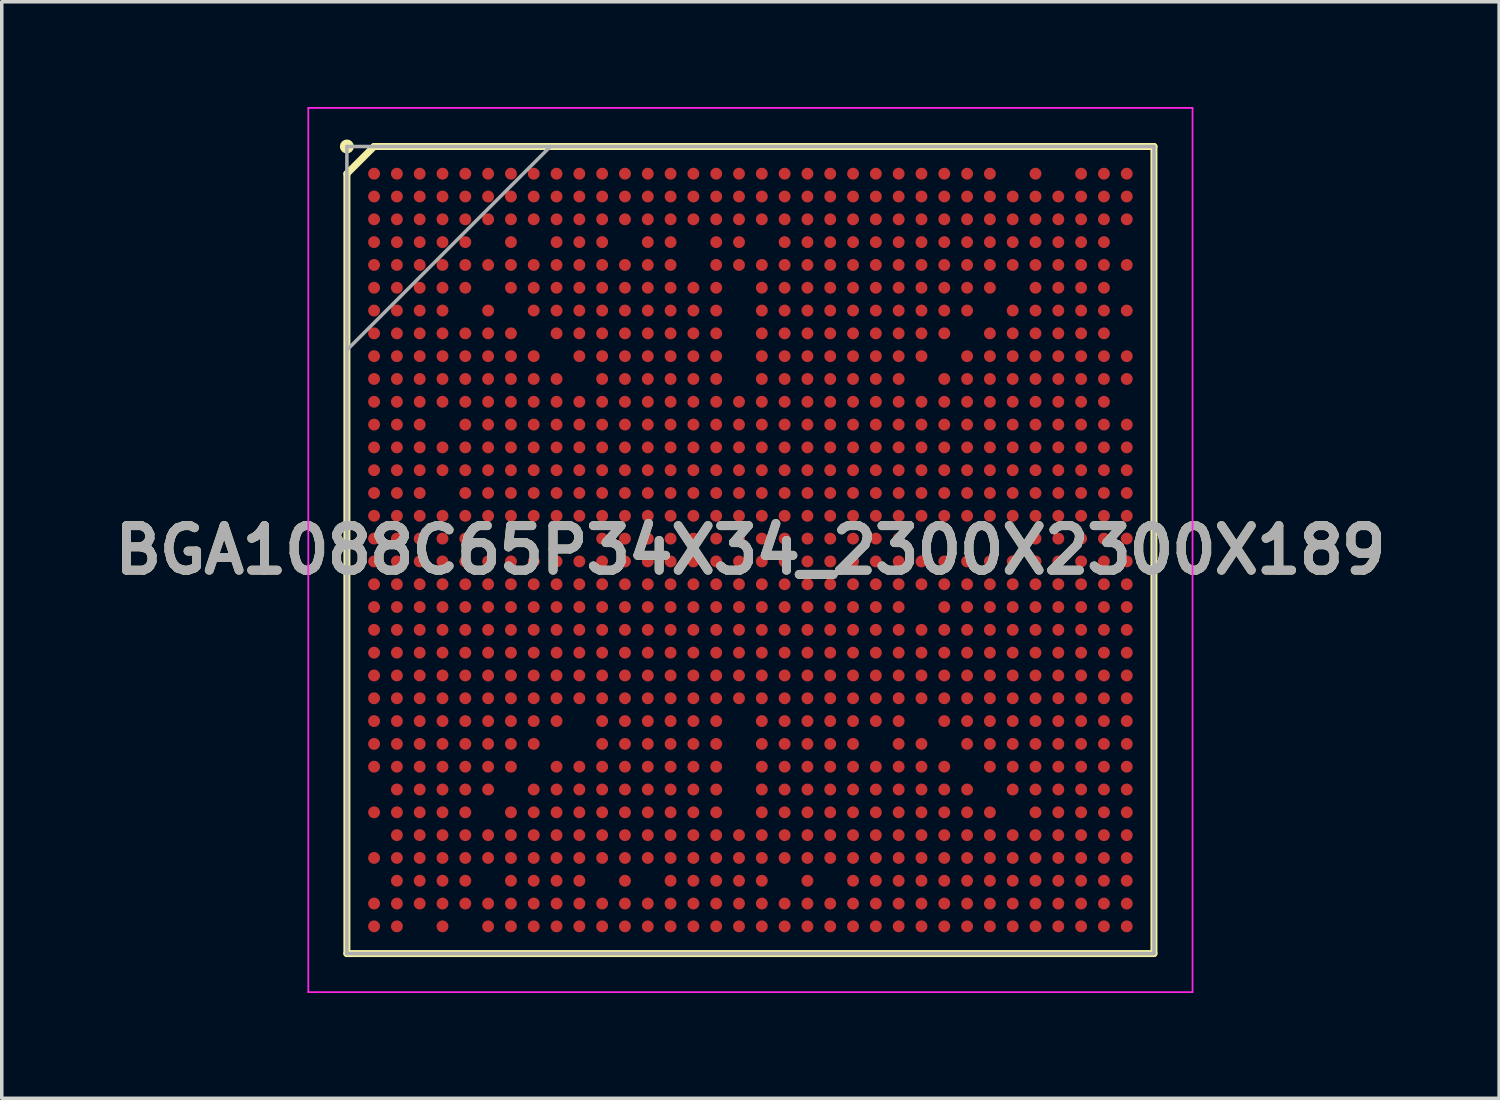
<source format=kicad_pcb>
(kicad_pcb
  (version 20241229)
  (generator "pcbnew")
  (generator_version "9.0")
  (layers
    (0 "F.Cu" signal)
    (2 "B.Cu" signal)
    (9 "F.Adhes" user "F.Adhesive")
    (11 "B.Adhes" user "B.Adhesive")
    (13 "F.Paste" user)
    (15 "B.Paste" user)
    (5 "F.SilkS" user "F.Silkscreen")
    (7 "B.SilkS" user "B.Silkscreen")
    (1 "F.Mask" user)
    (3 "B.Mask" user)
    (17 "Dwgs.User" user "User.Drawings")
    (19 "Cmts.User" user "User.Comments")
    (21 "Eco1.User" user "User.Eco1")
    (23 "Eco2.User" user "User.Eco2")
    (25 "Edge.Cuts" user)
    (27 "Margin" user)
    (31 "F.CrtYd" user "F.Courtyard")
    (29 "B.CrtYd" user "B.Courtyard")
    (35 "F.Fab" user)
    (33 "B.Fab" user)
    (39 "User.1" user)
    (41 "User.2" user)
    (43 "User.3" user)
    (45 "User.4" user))
  (footprint "BGA1088C65P34X34_2300X2300X189"
    (layer "F.Cu")
    (at 18.336 12.625)
    (property "Reference" "BGA1088C65P34X34_2300X2300X189" (at 0 0 0) (layer "F.SilkS") (effects (font (size 1.27 1.27) (thickness 0.254))))
    (attr smd)
    (fp_line (start -11.5 -10.725) (end -10.725 -11.5) (stroke (width 0.2) (type solid)) (layer "F.SilkS"))
    (fp_line (start -11.5 11.5) (end -11.5 -10.725) (stroke (width 0.2) (type solid)) (layer "F.SilkS"))
    (fp_line (start -10.725 -11.5) (end 11.5 -11.5) (stroke (width 0.2) (type solid)) (layer "F.SilkS"))
    (fp_line (start 11.5 -11.5) (end 11.5 11.5) (stroke (width 0.2) (type solid)) (layer "F.SilkS"))
    (fp_line (start 11.5 11.5) (end -11.5 11.5) (stroke (width 0.2) (type solid)) (layer "F.SilkS"))
    (fp_circle (center -11.5 -11.5) (end -11.5 -11.4) (stroke (width 0.2) (type solid)) (fill no) (layer "F.SilkS"))
    (fp_line (start -12.6 -12.6) (end 12.6 -12.6) (stroke (width 0.05) (type solid)) (layer "F.CrtYd"))
    (fp_line (start -12.6 12.6) (end -12.6 -12.6) (stroke (width 0.05) (type solid)) (layer "F.CrtYd"))
    (fp_line (start 12.6 -12.6) (end 12.6 12.6) (stroke (width 0.05) (type solid)) (layer "F.CrtYd"))
    (fp_line (start 12.6 12.6) (end -12.6 12.6) (stroke (width 0.05) (type solid)) (layer "F.CrtYd"))
    (fp_line (start -11.5 -11.5) (end 11.5 -11.5) (stroke (width 0.1) (type solid)) (layer "F.Fab"))
    (fp_line (start -11.5 -5.7) (end -5.7 -11.5) (stroke (width 0.1) (type solid)) (layer "F.Fab"))
    (fp_line (start -11.5 11.5) (end -11.5 -11.5) (stroke (width 0.1) (type solid)) (layer "F.Fab"))
    (fp_line (start 11.5 -11.5) (end 11.5 11.5) (stroke (width 0.1) (type solid)) (layer "F.Fab"))
    (fp_line (start 11.5 11.5) (end -11.5 11.5) (stroke (width 0.1) (type solid)) (layer "F.Fab"))
    (fp_text user "${REFERENCE}" (at 0 0 0) (layer "F.Fab") (effects (font (size 1.27 1.27) (thickness 0.254))))
    (pad "A1" smd circle (at -10.725 -10.725 90) (size 0.338 0.338) (layers "F.Cu" "F.Mask" "F.Paste"))
    (pad "A2" smd circle (at -10.075 -10.725 90) (size 0.338 0.338) (layers "F.Cu" "F.Mask" "F.Paste"))
    (pad "A3" smd circle (at -9.425 -10.725 90) (size 0.338 0.338) (layers "F.Cu" "F.Mask" "F.Paste"))
    (pad "A4" smd circle (at -8.775 -10.725 90) (size 0.338 0.338) (layers "F.Cu" "F.Mask" "F.Paste"))
    (pad "A5" smd circle (at -8.125 -10.725 90) (size 0.338 0.338) (layers "F.Cu" "F.Mask" "F.Paste"))
    (pad "A6" smd circle (at -7.475 -10.725 90) (size 0.338 0.338) (layers "F.Cu" "F.Mask" "F.Paste"))
    (pad "A7" smd circle (at -6.825 -10.725 90) (size 0.338 0.338) (layers "F.Cu" "F.Mask" "F.Paste"))
    (pad "A8" smd circle (at -6.175 -10.725 90) (size 0.338 0.338) (layers "F.Cu" "F.Mask" "F.Paste"))
    (pad "A9" smd circle (at -5.525 -10.725 90) (size 0.338 0.338) (layers "F.Cu" "F.Mask" "F.Paste"))
    (pad "A10" smd circle (at -4.875 -10.725 90) (size 0.338 0.338) (layers "F.Cu" "F.Mask" "F.Paste"))
    (pad "A11" smd circle (at -4.225 -10.725 90) (size 0.338 0.338) (layers "F.Cu" "F.Mask" "F.Paste"))
    (pad "A12" smd circle (at -3.575 -10.725 90) (size 0.338 0.338) (layers "F.Cu" "F.Mask" "F.Paste"))
    (pad "A13" smd circle (at -2.925 -10.725 90) (size 0.338 0.338) (layers "F.Cu" "F.Mask" "F.Paste"))
    (pad "A14" smd circle (at -2.275 -10.725 90) (size 0.338 0.338) (layers "F.Cu" "F.Mask" "F.Paste"))
    (pad "A15" smd circle (at -1.625 -10.725 90) (size 0.338 0.338) (layers "F.Cu" "F.Mask" "F.Paste"))
    (pad "A16" smd circle (at -0.975 -10.725 90) (size 0.338 0.338) (layers "F.Cu" "F.Mask" "F.Paste"))
    (pad "A17" smd circle (at -0.325 -10.725 90) (size 0.338 0.338) (layers "F.Cu" "F.Mask" "F.Paste"))
    (pad "A18" smd circle (at 0.325 -10.725 90) (size 0.338 0.338) (layers "F.Cu" "F.Mask" "F.Paste"))
    (pad "A19" smd circle (at 0.975 -10.725 90) (size 0.338 0.338) (layers "F.Cu" "F.Mask" "F.Paste"))
    (pad "A20" smd circle (at 1.625 -10.725 90) (size 0.338 0.338) (layers "F.Cu" "F.Mask" "F.Paste"))
    (pad "A21" smd circle (at 2.275 -10.725 90) (size 0.338 0.338) (layers "F.Cu" "F.Mask" "F.Paste"))
    (pad "A22" smd circle (at 2.925 -10.725 90) (size 0.338 0.338) (layers "F.Cu" "F.Mask" "F.Paste"))
    (pad "A23" smd circle (at 3.575 -10.725 90) (size 0.338 0.338) (layers "F.Cu" "F.Mask" "F.Paste"))
    (pad "A24" smd circle (at 4.225 -10.725 90) (size 0.338 0.338) (layers "F.Cu" "F.Mask" "F.Paste"))
    (pad "A25" smd circle (at 4.875 -10.725 90) (size 0.338 0.338) (layers "F.Cu" "F.Mask" "F.Paste"))
    (pad "A26" smd circle (at 5.525 -10.725 90) (size 0.338 0.338) (layers "F.Cu" "F.Mask" "F.Paste"))
    (pad "A27" smd circle (at 6.175 -10.725 90) (size 0.338 0.338) (layers "F.Cu" "F.Mask" "F.Paste"))
    (pad "A28" smd circle (at 6.825 -10.725 90) (size 0.338 0.338) (layers "F.Cu" "F.Mask" "F.Paste"))
    (pad "A30" smd circle (at 8.125 -10.725 90) (size 0.338 0.338) (layers "F.Cu" "F.Mask" "F.Paste"))
    (pad "A32" smd circle (at 9.425 -10.725 90) (size 0.338 0.338) (layers "F.Cu" "F.Mask" "F.Paste"))
    (pad "A33" smd circle (at 10.075 -10.725 90) (size 0.338 0.338) (layers "F.Cu" "F.Mask" "F.Paste"))
    (pad "A34" smd circle (at 10.725 -10.725 90) (size 0.338 0.338) (layers "F.Cu" "F.Mask" "F.Paste"))
    (pad "AA1" smd circle (at -10.725 2.275 90) (size 0.338 0.338) (layers "F.Cu" "F.Mask" "F.Paste"))
    (pad "AA2" smd circle (at -10.075 2.275 90) (size 0.338 0.338) (layers "F.Cu" "F.Mask" "F.Paste"))
    (pad "AA3" smd circle (at -9.425 2.275 90) (size 0.338 0.338) (layers "F.Cu" "F.Mask" "F.Paste"))
    (pad "AA4" smd circle (at -8.775 2.275 90) (size 0.338 0.338) (layers "F.Cu" "F.Mask" "F.Paste"))
    (pad "AA5" smd circle (at -8.125 2.275 90) (size 0.338 0.338) (layers "F.Cu" "F.Mask" "F.Paste"))
    (pad "AA6" smd circle (at -7.475 2.275 90) (size 0.338 0.338) (layers "F.Cu" "F.Mask" "F.Paste"))
    (pad "AA7" smd circle (at -6.825 2.275 90) (size 0.338 0.338) (layers "F.Cu" "F.Mask" "F.Paste"))
    (pad "AA8" smd circle (at -6.175 2.275 90) (size 0.338 0.338) (layers "F.Cu" "F.Mask" "F.Paste"))
    (pad "AA9" smd circle (at -5.525 2.275 90) (size 0.338 0.338) (layers "F.Cu" "F.Mask" "F.Paste"))
    (pad "AA10" smd circle (at -4.875 2.275 90) (size 0.338 0.338) (layers "F.Cu" "F.Mask" "F.Paste"))
    (pad "AA11" smd circle (at -4.225 2.275 90) (size 0.338 0.338) (layers "F.Cu" "F.Mask" "F.Paste"))
    (pad "AA12" smd circle (at -3.575 2.275 90) (size 0.338 0.338) (layers "F.Cu" "F.Mask" "F.Paste"))
    (pad "AA13" smd circle (at -2.925 2.275 90) (size 0.338 0.338) (layers "F.Cu" "F.Mask" "F.Paste"))
    (pad "AA14" smd circle (at -2.275 2.275 90) (size 0.338 0.338) (layers "F.Cu" "F.Mask" "F.Paste"))
    (pad "AA15" smd circle (at -1.625 2.275 90) (size 0.338 0.338) (layers "F.Cu" "F.Mask" "F.Paste"))
    (pad "AA16" smd circle (at -0.975 2.275 90) (size 0.338 0.338) (layers "F.Cu" "F.Mask" "F.Paste"))
    (pad "AA17" smd circle (at -0.325 2.275 90) (size 0.338 0.338) (layers "F.Cu" "F.Mask" "F.Paste"))
    (pad "AA18" smd circle (at 0.325 2.275 90) (size 0.338 0.338) (layers "F.Cu" "F.Mask" "F.Paste"))
    (pad "AA19" smd circle (at 0.975 2.275 90) (size 0.338 0.338) (layers "F.Cu" "F.Mask" "F.Paste"))
    (pad "AA20" smd circle (at 1.625 2.275 90) (size 0.338 0.338) (layers "F.Cu" "F.Mask" "F.Paste"))
    (pad "AA21" smd circle (at 2.275 2.275 90) (size 0.338 0.338) (layers "F.Cu" "F.Mask" "F.Paste"))
    (pad "AA22" smd circle (at 2.925 2.275 90) (size 0.338 0.338) (layers "F.Cu" "F.Mask" "F.Paste"))
    (pad "AA23" smd circle (at 3.575 2.275 90) (size 0.338 0.338) (layers "F.Cu" "F.Mask" "F.Paste"))
    (pad "AA24" smd circle (at 4.225 2.275 90) (size 0.338 0.338) (layers "F.Cu" "F.Mask" "F.Paste"))
    (pad "AA25" smd circle (at 4.875 2.275 90) (size 0.338 0.338) (layers "F.Cu" "F.Mask" "F.Paste"))
    (pad "AA26" smd circle (at 5.525 2.275 90) (size 0.338 0.338) (layers "F.Cu" "F.Mask" "F.Paste"))
    (pad "AA27" smd circle (at 6.175 2.275 90) (size 0.338 0.338) (layers "F.Cu" "F.Mask" "F.Paste"))
    (pad "AA28" smd circle (at 6.825 2.275 90) (size 0.338 0.338) (layers "F.Cu" "F.Mask" "F.Paste"))
    (pad "AA29" smd circle (at 7.475 2.275 90) (size 0.338 0.338) (layers "F.Cu" "F.Mask" "F.Paste"))
    (pad "AA30" smd circle (at 8.125 2.275 90) (size 0.338 0.338) (layers "F.Cu" "F.Mask" "F.Paste"))
    (pad "AA31" smd circle (at 8.775 2.275 90) (size 0.338 0.338) (layers "F.Cu" "F.Mask" "F.Paste"))
    (pad "AA32" smd circle (at 9.425 2.275 90) (size 0.338 0.338) (layers "F.Cu" "F.Mask" "F.Paste"))
    (pad "AA33" smd circle (at 10.075 2.275 90) (size 0.338 0.338) (layers "F.Cu" "F.Mask" "F.Paste"))
    (pad "AA34" smd circle (at 10.725 2.275 90) (size 0.338 0.338) (layers "F.Cu" "F.Mask" "F.Paste"))
    (pad "AB1" smd circle (at -10.725 2.925 90) (size 0.338 0.338) (layers "F.Cu" "F.Mask" "F.Paste"))
    (pad "AB2" smd circle (at -10.075 2.925 90) (size 0.338 0.338) (layers "F.Cu" "F.Mask" "F.Paste"))
    (pad "AB3" smd circle (at -9.425 2.925 90) (size 0.338 0.338) (layers "F.Cu" "F.Mask" "F.Paste"))
    (pad "AB4" smd circle (at -8.775 2.925 90) (size 0.338 0.338) (layers "F.Cu" "F.Mask" "F.Paste"))
    (pad "AB5" smd circle (at -8.125 2.925 90) (size 0.338 0.338) (layers "F.Cu" "F.Mask" "F.Paste"))
    (pad "AB6" smd circle (at -7.475 2.925 90) (size 0.338 0.338) (layers "F.Cu" "F.Mask" "F.Paste"))
    (pad "AB7" smd circle (at -6.825 2.925 90) (size 0.338 0.338) (layers "F.Cu" "F.Mask" "F.Paste"))
    (pad "AB8" smd circle (at -6.175 2.925 90) (size 0.338 0.338) (layers "F.Cu" "F.Mask" "F.Paste"))
    (pad "AB9" smd circle (at -5.525 2.925 90) (size 0.338 0.338) (layers "F.Cu" "F.Mask" "F.Paste"))
    (pad "AB10" smd circle (at -4.875 2.925 90) (size 0.338 0.338) (layers "F.Cu" "F.Mask" "F.Paste"))
    (pad "AB11" smd circle (at -4.225 2.925 90) (size 0.338 0.338) (layers "F.Cu" "F.Mask" "F.Paste"))
    (pad "AB12" smd circle (at -3.575 2.925 90) (size 0.338 0.338) (layers "F.Cu" "F.Mask" "F.Paste"))
    (pad "AB13" smd circle (at -2.925 2.925 90) (size 0.338 0.338) (layers "F.Cu" "F.Mask" "F.Paste"))
    (pad "AB14" smd circle (at -2.275 2.925 90) (size 0.338 0.338) (layers "F.Cu" "F.Mask" "F.Paste"))
    (pad "AB15" smd circle (at -1.625 2.925 90) (size 0.338 0.338) (layers "F.Cu" "F.Mask" "F.Paste"))
    (pad "AB16" smd circle (at -0.975 2.925 90) (size 0.338 0.338) (layers "F.Cu" "F.Mask" "F.Paste"))
    (pad "AB17" smd circle (at -0.325 2.925 90) (size 0.338 0.338) (layers "F.Cu" "F.Mask" "F.Paste"))
    (pad "AB18" smd circle (at 0.325 2.925 90) (size 0.338 0.338) (layers "F.Cu" "F.Mask" "F.Paste"))
    (pad "AB19" smd circle (at 0.975 2.925 90) (size 0.338 0.338) (layers "F.Cu" "F.Mask" "F.Paste"))
    (pad "AB20" smd circle (at 1.625 2.925 90) (size 0.338 0.338) (layers "F.Cu" "F.Mask" "F.Paste"))
    (pad "AB21" smd circle (at 2.275 2.925 90) (size 0.338 0.338) (layers "F.Cu" "F.Mask" "F.Paste"))
    (pad "AB22" smd circle (at 2.925 2.925 90) (size 0.338 0.338) (layers "F.Cu" "F.Mask" "F.Paste"))
    (pad "AB23" smd circle (at 3.575 2.925 90) (size 0.338 0.338) (layers "F.Cu" "F.Mask" "F.Paste"))
    (pad "AB24" smd circle (at 4.225 2.925 90) (size 0.338 0.338) (layers "F.Cu" "F.Mask" "F.Paste"))
    (pad "AB25" smd circle (at 4.875 2.925 90) (size 0.338 0.338) (layers "F.Cu" "F.Mask" "F.Paste"))
    (pad "AB26" smd circle (at 5.525 2.925 90) (size 0.338 0.338) (layers "F.Cu" "F.Mask" "F.Paste"))
    (pad "AB27" smd circle (at 6.175 2.925 90) (size 0.338 0.338) (layers "F.Cu" "F.Mask" "F.Paste"))
    (pad "AB28" smd circle (at 6.825 2.925 90) (size 0.338 0.338) (layers "F.Cu" "F.Mask" "F.Paste"))
    (pad "AB29" smd circle (at 7.475 2.925 90) (size 0.338 0.338) (layers "F.Cu" "F.Mask" "F.Paste"))
    (pad "AB30" smd circle (at 8.125 2.925 90) (size 0.338 0.338) (layers "F.Cu" "F.Mask" "F.Paste"))
    (pad "AB31" smd circle (at 8.775 2.925 90) (size 0.338 0.338) (layers "F.Cu" "F.Mask" "F.Paste"))
    (pad "AB32" smd circle (at 9.425 2.925 90) (size 0.338 0.338) (layers "F.Cu" "F.Mask" "F.Paste"))
    (pad "AB33" smd circle (at 10.075 2.925 90) (size 0.338 0.338) (layers "F.Cu" "F.Mask" "F.Paste"))
    (pad "AB34" smd circle (at 10.725 2.925 90) (size 0.338 0.338) (layers "F.Cu" "F.Mask" "F.Paste"))
    (pad "AC1" smd circle (at -10.725 3.575 90) (size 0.338 0.338) (layers "F.Cu" "F.Mask" "F.Paste"))
    (pad "AC2" smd circle (at -10.075 3.575 90) (size 0.338 0.338) (layers "F.Cu" "F.Mask" "F.Paste"))
    (pad "AC3" smd circle (at -9.425 3.575 90) (size 0.338 0.338) (layers "F.Cu" "F.Mask" "F.Paste"))
    (pad "AC4" smd circle (at -8.775 3.575 90) (size 0.338 0.338) (layers "F.Cu" "F.Mask" "F.Paste"))
    (pad "AC5" smd circle (at -8.125 3.575 90) (size 0.338 0.338) (layers "F.Cu" "F.Mask" "F.Paste"))
    (pad "AC6" smd circle (at -7.475 3.575 90) (size 0.338 0.338) (layers "F.Cu" "F.Mask" "F.Paste"))
    (pad "AC7" smd circle (at -6.825 3.575 90) (size 0.338 0.338) (layers "F.Cu" "F.Mask" "F.Paste"))
    (pad "AC8" smd circle (at -6.175 3.575 90) (size 0.338 0.338) (layers "F.Cu" "F.Mask" "F.Paste"))
    (pad "AC9" smd circle (at -5.525 3.575 90) (size 0.338 0.338) (layers "F.Cu" "F.Mask" "F.Paste"))
    (pad "AC10" smd circle (at -4.875 3.575 90) (size 0.338 0.338) (layers "F.Cu" "F.Mask" "F.Paste"))
    (pad "AC11" smd circle (at -4.225 3.575 90) (size 0.338 0.338) (layers "F.Cu" "F.Mask" "F.Paste"))
    (pad "AC12" smd circle (at -3.575 3.575 90) (size 0.338 0.338) (layers "F.Cu" "F.Mask" "F.Paste"))
    (pad "AC13" smd circle (at -2.925 3.575 90) (size 0.338 0.338) (layers "F.Cu" "F.Mask" "F.Paste"))
    (pad "AC14" smd circle (at -2.275 3.575 90) (size 0.338 0.338) (layers "F.Cu" "F.Mask" "F.Paste"))
    (pad "AC15" smd circle (at -1.625 3.575 90) (size 0.338 0.338) (layers "F.Cu" "F.Mask" "F.Paste"))
    (pad "AC16" smd circle (at -0.975 3.575 90) (size 0.338 0.338) (layers "F.Cu" "F.Mask" "F.Paste"))
    (pad "AC17" smd circle (at -0.325 3.575 90) (size 0.338 0.338) (layers "F.Cu" "F.Mask" "F.Paste"))
    (pad "AC18" smd circle (at 0.325 3.575 90) (size 0.338 0.338) (layers "F.Cu" "F.Mask" "F.Paste"))
    (pad "AC19" smd circle (at 0.975 3.575 90) (size 0.338 0.338) (layers "F.Cu" "F.Mask" "F.Paste"))
    (pad "AC20" smd circle (at 1.625 3.575 90) (size 0.338 0.338) (layers "F.Cu" "F.Mask" "F.Paste"))
    (pad "AC21" smd circle (at 2.275 3.575 90) (size 0.338 0.338) (layers "F.Cu" "F.Mask" "F.Paste"))
    (pad "AC22" smd circle (at 2.925 3.575 90) (size 0.338 0.338) (layers "F.Cu" "F.Mask" "F.Paste"))
    (pad "AC23" smd circle (at 3.575 3.575 90) (size 0.338 0.338) (layers "F.Cu" "F.Mask" "F.Paste"))
    (pad "AC24" smd circle (at 4.225 3.575 90) (size 0.338 0.338) (layers "F.Cu" "F.Mask" "F.Paste"))
    (pad "AC25" smd circle (at 4.875 3.575 90) (size 0.338 0.338) (layers "F.Cu" "F.Mask" "F.Paste"))
    (pad "AC26" smd circle (at 5.525 3.575 90) (size 0.338 0.338) (layers "F.Cu" "F.Mask" "F.Paste"))
    (pad "AC27" smd circle (at 6.175 3.575 90) (size 0.338 0.338) (layers "F.Cu" "F.Mask" "F.Paste"))
    (pad "AC28" smd circle (at 6.825 3.575 90) (size 0.338 0.338) (layers "F.Cu" "F.Mask" "F.Paste"))
    (pad "AC29" smd circle (at 7.475 3.575 90) (size 0.338 0.338) (layers "F.Cu" "F.Mask" "F.Paste"))
    (pad "AC30" smd circle (at 8.125 3.575 90) (size 0.338 0.338) (layers "F.Cu" "F.Mask" "F.Paste"))
    (pad "AC31" smd circle (at 8.775 3.575 90) (size 0.338 0.338) (layers "F.Cu" "F.Mask" "F.Paste"))
    (pad "AC32" smd circle (at 9.425 3.575 90) (size 0.338 0.338) (layers "F.Cu" "F.Mask" "F.Paste"))
    (pad "AC33" smd circle (at 10.075 3.575 90) (size 0.338 0.338) (layers "F.Cu" "F.Mask" "F.Paste"))
    (pad "AC34" smd circle (at 10.725 3.575 90) (size 0.338 0.338) (layers "F.Cu" "F.Mask" "F.Paste"))
    (pad "AD1" smd circle (at -10.725 4.225 90) (size 0.338 0.338) (layers "F.Cu" "F.Mask" "F.Paste"))
    (pad "AD2" smd circle (at -10.075 4.225 90) (size 0.338 0.338) (layers "F.Cu" "F.Mask" "F.Paste"))
    (pad "AD3" smd circle (at -9.425 4.225 90) (size 0.338 0.338) (layers "F.Cu" "F.Mask" "F.Paste"))
    (pad "AD4" smd circle (at -8.775 4.225 90) (size 0.338 0.338) (layers "F.Cu" "F.Mask" "F.Paste"))
    (pad "AD5" smd circle (at -8.125 4.225 90) (size 0.338 0.338) (layers "F.Cu" "F.Mask" "F.Paste"))
    (pad "AD6" smd circle (at -7.475 4.225 90) (size 0.338 0.338) (layers "F.Cu" "F.Mask" "F.Paste"))
    (pad "AD7" smd circle (at -6.825 4.225 90) (size 0.338 0.338) (layers "F.Cu" "F.Mask" "F.Paste"))
    (pad "AD8" smd circle (at -6.175 4.225 90) (size 0.338 0.338) (layers "F.Cu" "F.Mask" "F.Paste"))
    (pad "AD9" smd circle (at -5.525 4.225 90) (size 0.338 0.338) (layers "F.Cu" "F.Mask" "F.Paste"))
    (pad "AD10" smd circle (at -4.875 4.225 90) (size 0.338 0.338) (layers "F.Cu" "F.Mask" "F.Paste"))
    (pad "AD11" smd circle (at -4.225 4.225 90) (size 0.338 0.338) (layers "F.Cu" "F.Mask" "F.Paste"))
    (pad "AD12" smd circle (at -3.575 4.225 90) (size 0.338 0.338) (layers "F.Cu" "F.Mask" "F.Paste"))
    (pad "AD13" smd circle (at -2.925 4.225 90) (size 0.338 0.338) (layers "F.Cu" "F.Mask" "F.Paste"))
    (pad "AD14" smd circle (at -2.275 4.225 90) (size 0.338 0.338) (layers "F.Cu" "F.Mask" "F.Paste"))
    (pad "AD15" smd circle (at -1.625 4.225 90) (size 0.338 0.338) (layers "F.Cu" "F.Mask" "F.Paste"))
    (pad "AD16" smd circle (at -0.975 4.225 90) (size 0.338 0.338) (layers "F.Cu" "F.Mask" "F.Paste"))
    (pad "AD17" smd circle (at -0.325 4.225 90) (size 0.338 0.338) (layers "F.Cu" "F.Mask" "F.Paste"))
    (pad "AD18" smd circle (at 0.325 4.225 90) (size 0.338 0.338) (layers "F.Cu" "F.Mask" "F.Paste"))
    (pad "AD19" smd circle (at 0.975 4.225 90) (size 0.338 0.338) (layers "F.Cu" "F.Mask" "F.Paste"))
    (pad "AD20" smd circle (at 1.625 4.225 90) (size 0.338 0.338) (layers "F.Cu" "F.Mask" "F.Paste"))
    (pad "AD21" smd circle (at 2.275 4.225 90) (size 0.338 0.338) (layers "F.Cu" "F.Mask" "F.Paste"))
    (pad "AD22" smd circle (at 2.925 4.225 90) (size 0.338 0.338) (layers "F.Cu" "F.Mask" "F.Paste"))
    (pad "AD23" smd circle (at 3.575 4.225 90) (size 0.338 0.338) (layers "F.Cu" "F.Mask" "F.Paste"))
    (pad "AD24" smd circle (at 4.225 4.225 90) (size 0.338 0.338) (layers "F.Cu" "F.Mask" "F.Paste"))
    (pad "AD25" smd circle (at 4.875 4.225 90) (size 0.338 0.338) (layers "F.Cu" "F.Mask" "F.Paste"))
    (pad "AD26" smd circle (at 5.525 4.225 90) (size 0.338 0.338) (layers "F.Cu" "F.Mask" "F.Paste"))
    (pad "AD27" smd circle (at 6.175 4.225 90) (size 0.338 0.338) (layers "F.Cu" "F.Mask" "F.Paste"))
    (pad "AD28" smd circle (at 6.825 4.225 90) (size 0.338 0.338) (layers "F.Cu" "F.Mask" "F.Paste"))
    (pad "AD29" smd circle (at 7.475 4.225 90) (size 0.338 0.338) (layers "F.Cu" "F.Mask" "F.Paste"))
    (pad "AD30" smd circle (at 8.125 4.225 90) (size 0.338 0.338) (layers "F.Cu" "F.Mask" "F.Paste"))
    (pad "AD31" smd circle (at 8.775 4.225 90) (size 0.338 0.338) (layers "F.Cu" "F.Mask" "F.Paste"))
    (pad "AD32" smd circle (at 9.425 4.225 90) (size 0.338 0.338) (layers "F.Cu" "F.Mask" "F.Paste"))
    (pad "AD33" smd circle (at 10.075 4.225 90) (size 0.338 0.338) (layers "F.Cu" "F.Mask" "F.Paste"))
    (pad "AD34" smd circle (at 10.725 4.225 90) (size 0.338 0.338) (layers "F.Cu" "F.Mask" "F.Paste"))
    (pad "AE1" smd circle (at -10.725 4.875 90) (size 0.338 0.338) (layers "F.Cu" "F.Mask" "F.Paste"))
    (pad "AE2" smd circle (at -10.075 4.875 90) (size 0.338 0.338) (layers "F.Cu" "F.Mask" "F.Paste"))
    (pad "AE3" smd circle (at -9.425 4.875 90) (size 0.338 0.338) (layers "F.Cu" "F.Mask" "F.Paste"))
    (pad "AE4" smd circle (at -8.775 4.875 90) (size 0.338 0.338) (layers "F.Cu" "F.Mask" "F.Paste"))
    (pad "AE5" smd circle (at -8.125 4.875 90) (size 0.338 0.338) (layers "F.Cu" "F.Mask" "F.Paste"))
    (pad "AE6" smd circle (at -7.475 4.875 90) (size 0.338 0.338) (layers "F.Cu" "F.Mask" "F.Paste"))
    (pad "AE7" smd circle (at -6.825 4.875 90) (size 0.338 0.338) (layers "F.Cu" "F.Mask" "F.Paste"))
    (pad "AE8" smd circle (at -6.175 4.875 90) (size 0.338 0.338) (layers "F.Cu" "F.Mask" "F.Paste"))
    (pad "AE9" smd circle (at -5.525 4.875 90) (size 0.338 0.338) (layers "F.Cu" "F.Mask" "F.Paste"))
    (pad "AE11" smd circle (at -4.225 4.875 90) (size 0.338 0.338) (layers "F.Cu" "F.Mask" "F.Paste"))
    (pad "AE12" smd circle (at -3.575 4.875 90) (size 0.338 0.338) (layers "F.Cu" "F.Mask" "F.Paste"))
    (pad "AE13" smd circle (at -2.925 4.875 90) (size 0.338 0.338) (layers "F.Cu" "F.Mask" "F.Paste"))
    (pad "AE14" smd circle (at -2.275 4.875 90) (size 0.338 0.338) (layers "F.Cu" "F.Mask" "F.Paste"))
    (pad "AE15" smd circle (at -1.625 4.875 90) (size 0.338 0.338) (layers "F.Cu" "F.Mask" "F.Paste"))
    (pad "AE16" smd circle (at -0.975 4.875 90) (size 0.338 0.338) (layers "F.Cu" "F.Mask" "F.Paste"))
    (pad "AE18" smd circle (at 0.325 4.875 90) (size 0.338 0.338) (layers "F.Cu" "F.Mask" "F.Paste"))
    (pad "AE19" smd circle (at 0.975 4.875 90) (size 0.338 0.338) (layers "F.Cu" "F.Mask" "F.Paste"))
    (pad "AE20" smd circle (at 1.625 4.875 90) (size 0.338 0.338) (layers "F.Cu" "F.Mask" "F.Paste"))
    (pad "AE21" smd circle (at 2.275 4.875 90) (size 0.338 0.338) (layers "F.Cu" "F.Mask" "F.Paste"))
    (pad "AE22" smd circle (at 2.925 4.875 90) (size 0.338 0.338) (layers "F.Cu" "F.Mask" "F.Paste"))
    (pad "AE23" smd circle (at 3.575 4.875 90) (size 0.338 0.338) (layers "F.Cu" "F.Mask" "F.Paste"))
    (pad "AE24" smd circle (at 4.225 4.875 90) (size 0.338 0.338) (layers "F.Cu" "F.Mask" "F.Paste"))
    (pad "AE26" smd circle (at 5.525 4.875 90) (size 0.338 0.338) (layers "F.Cu" "F.Mask" "F.Paste"))
    (pad "AE27" smd circle (at 6.175 4.875 90) (size 0.338 0.338) (layers "F.Cu" "F.Mask" "F.Paste"))
    (pad "AE28" smd circle (at 6.825 4.875 90) (size 0.338 0.338) (layers "F.Cu" "F.Mask" "F.Paste"))
    (pad "AE29" smd circle (at 7.475 4.875 90) (size 0.338 0.338) (layers "F.Cu" "F.Mask" "F.Paste"))
    (pad "AE30" smd circle (at 8.125 4.875 90) (size 0.338 0.338) (layers "F.Cu" "F.Mask" "F.Paste"))
    (pad "AE31" smd circle (at 8.775 4.875 90) (size 0.338 0.338) (layers "F.Cu" "F.Mask" "F.Paste"))
    (pad "AE32" smd circle (at 9.425 4.875 90) (size 0.338 0.338) (layers "F.Cu" "F.Mask" "F.Paste"))
    (pad "AE33" smd circle (at 10.075 4.875 90) (size 0.338 0.338) (layers "F.Cu" "F.Mask" "F.Paste"))
    (pad "AE34" smd circle (at 10.725 4.875 90) (size 0.338 0.338) (layers "F.Cu" "F.Mask" "F.Paste"))
    (pad "AF1" smd circle (at -10.725 5.525 90) (size 0.338 0.338) (layers "F.Cu" "F.Mask" "F.Paste"))
    (pad "AF2" smd circle (at -10.075 5.525 90) (size 0.338 0.338) (layers "F.Cu" "F.Mask" "F.Paste"))
    (pad "AF3" smd circle (at -9.425 5.525 90) (size 0.338 0.338) (layers "F.Cu" "F.Mask" "F.Paste"))
    (pad "AF4" smd circle (at -8.775 5.525 90) (size 0.338 0.338) (layers "F.Cu" "F.Mask" "F.Paste"))
    (pad "AF5" smd circle (at -8.125 5.525 90) (size 0.338 0.338) (layers "F.Cu" "F.Mask" "F.Paste"))
    (pad "AF6" smd circle (at -7.475 5.525 90) (size 0.338 0.338) (layers "F.Cu" "F.Mask" "F.Paste"))
    (pad "AF7" smd circle (at -6.825 5.525 90) (size 0.338 0.338) (layers "F.Cu" "F.Mask" "F.Paste"))
    (pad "AF8" smd circle (at -6.175 5.525 90) (size 0.338 0.338) (layers "F.Cu" "F.Mask" "F.Paste"))
    (pad "AF11" smd circle (at -4.225 5.525 90) (size 0.338 0.338) (layers "F.Cu" "F.Mask" "F.Paste"))
    (pad "AF12" smd circle (at -3.575 5.525 90) (size 0.338 0.338) (layers "F.Cu" "F.Mask" "F.Paste"))
    (pad "AF13" smd circle (at -2.925 5.525 90) (size 0.338 0.338) (layers "F.Cu" "F.Mask" "F.Paste"))
    (pad "AF14" smd circle (at -2.275 5.525 90) (size 0.338 0.338) (layers "F.Cu" "F.Mask" "F.Paste"))
    (pad "AF15" smd circle (at -1.625 5.525 90) (size 0.338 0.338) (layers "F.Cu" "F.Mask" "F.Paste"))
    (pad "AF16" smd circle (at -0.975 5.525 90) (size 0.338 0.338) (layers "F.Cu" "F.Mask" "F.Paste"))
    (pad "AF18" smd circle (at 0.325 5.525 90) (size 0.338 0.338) (layers "F.Cu" "F.Mask" "F.Paste"))
    (pad "AF19" smd circle (at 0.975 5.525 90) (size 0.338 0.338) (layers "F.Cu" "F.Mask" "F.Paste"))
    (pad "AF20" smd circle (at 1.625 5.525 90) (size 0.338 0.338) (layers "F.Cu" "F.Mask" "F.Paste"))
    (pad "AF21" smd circle (at 2.275 5.525 90) (size 0.338 0.338) (layers "F.Cu" "F.Mask" "F.Paste"))
    (pad "AF22" smd circle (at 2.925 5.525 90) (size 0.338 0.338) (layers "F.Cu" "F.Mask" "F.Paste"))
    (pad "AF24" smd circle (at 4.225 5.525 90) (size 0.338 0.338) (layers "F.Cu" "F.Mask" "F.Paste"))
    (pad "AF25" smd circle (at 4.875 5.525 90) (size 0.338 0.338) (layers "F.Cu" "F.Mask" "F.Paste"))
    (pad "AF27" smd circle (at 6.175 5.525 90) (size 0.338 0.338) (layers "F.Cu" "F.Mask" "F.Paste"))
    (pad "AF28" smd circle (at 6.825 5.525 90) (size 0.338 0.338) (layers "F.Cu" "F.Mask" "F.Paste"))
    (pad "AF29" smd circle (at 7.475 5.525 90) (size 0.338 0.338) (layers "F.Cu" "F.Mask" "F.Paste"))
    (pad "AF30" smd circle (at 8.125 5.525 90) (size 0.338 0.338) (layers "F.Cu" "F.Mask" "F.Paste"))
    (pad "AF31" smd circle (at 8.775 5.525 90) (size 0.338 0.338) (layers "F.Cu" "F.Mask" "F.Paste"))
    (pad "AF32" smd circle (at 9.425 5.525 90) (size 0.338 0.338) (layers "F.Cu" "F.Mask" "F.Paste"))
    (pad "AF33" smd circle (at 10.075 5.525 90) (size 0.338 0.338) (layers "F.Cu" "F.Mask" "F.Paste"))
    (pad "AF34" smd circle (at 10.725 5.525 90) (size 0.338 0.338) (layers "F.Cu" "F.Mask" "F.Paste"))
    (pad "AG1" smd circle (at -10.725 6.175 90) (size 0.338 0.338) (layers "F.Cu" "F.Mask" "F.Paste"))
    (pad "AG2" smd circle (at -10.075 6.175 90) (size 0.338 0.338) (layers "F.Cu" "F.Mask" "F.Paste"))
    (pad "AG3" smd circle (at -9.425 6.175 90) (size 0.338 0.338) (layers "F.Cu" "F.Mask" "F.Paste"))
    (pad "AG4" smd circle (at -8.775 6.175 90) (size 0.338 0.338) (layers "F.Cu" "F.Mask" "F.Paste"))
    (pad "AG5" smd circle (at -8.125 6.175 90) (size 0.338 0.338) (layers "F.Cu" "F.Mask" "F.Paste"))
    (pad "AG6" smd circle (at -7.475 6.175 90) (size 0.338 0.338) (layers "F.Cu" "F.Mask" "F.Paste"))
    (pad "AG7" smd circle (at -6.825 6.175 90) (size 0.338 0.338) (layers "F.Cu" "F.Mask" "F.Paste"))
    (pad "AG9" smd circle (at -5.525 6.175 90) (size 0.338 0.338) (layers "F.Cu" "F.Mask" "F.Paste"))
    (pad "AG10" smd circle (at -4.875 6.175 90) (size 0.338 0.338) (layers "F.Cu" "F.Mask" "F.Paste"))
    (pad "AG11" smd circle (at -4.225 6.175 90) (size 0.338 0.338) (layers "F.Cu" "F.Mask" "F.Paste"))
    (pad "AG12" smd circle (at -3.575 6.175 90) (size 0.338 0.338) (layers "F.Cu" "F.Mask" "F.Paste"))
    (pad "AG13" smd circle (at -2.925 6.175 90) (size 0.338 0.338) (layers "F.Cu" "F.Mask" "F.Paste"))
    (pad "AG14" smd circle (at -2.275 6.175 90) (size 0.338 0.338) (layers "F.Cu" "F.Mask" "F.Paste"))
    (pad "AG15" smd circle (at -1.625 6.175 90) (size 0.338 0.338) (layers "F.Cu" "F.Mask" "F.Paste"))
    (pad "AG16" smd circle (at -0.975 6.175 90) (size 0.338 0.338) (layers "F.Cu" "F.Mask" "F.Paste"))
    (pad "AG18" smd circle (at 0.325 6.175 90) (size 0.338 0.338) (layers "F.Cu" "F.Mask" "F.Paste"))
    (pad "AG19" smd circle (at 0.975 6.175 90) (size 0.338 0.338) (layers "F.Cu" "F.Mask" "F.Paste"))
    (pad "AG20" smd circle (at 1.625 6.175 90) (size 0.338 0.338) (layers "F.Cu" "F.Mask" "F.Paste"))
    (pad "AG21" smd circle (at 2.275 6.175 90) (size 0.338 0.338) (layers "F.Cu" "F.Mask" "F.Paste"))
    (pad "AG22" smd circle (at 2.925 6.175 90) (size 0.338 0.338) (layers "F.Cu" "F.Mask" "F.Paste"))
    (pad "AG23" smd circle (at 3.575 6.175 90) (size 0.338 0.338) (layers "F.Cu" "F.Mask" "F.Paste"))
    (pad "AG24" smd circle (at 4.225 6.175 90) (size 0.338 0.338) (layers "F.Cu" "F.Mask" "F.Paste"))
    (pad "AG25" smd circle (at 4.875 6.175 90) (size 0.338 0.338) (layers "F.Cu" "F.Mask" "F.Paste"))
    (pad "AG26" smd circle (at 5.525 6.175 90) (size 0.338 0.338) (layers "F.Cu" "F.Mask" "F.Paste"))
    (pad "AG28" smd circle (at 6.825 6.175 90) (size 0.338 0.338) (layers "F.Cu" "F.Mask" "F.Paste"))
    (pad "AG29" smd circle (at 7.475 6.175 90) (size 0.338 0.338) (layers "F.Cu" "F.Mask" "F.Paste"))
    (pad "AG30" smd circle (at 8.125 6.175 90) (size 0.338 0.338) (layers "F.Cu" "F.Mask" "F.Paste"))
    (pad "AG31" smd circle (at 8.775 6.175 90) (size 0.338 0.338) (layers "F.Cu" "F.Mask" "F.Paste"))
    (pad "AG32" smd circle (at 9.425 6.175 90) (size 0.338 0.338) (layers "F.Cu" "F.Mask" "F.Paste"))
    (pad "AG33" smd circle (at 10.075 6.175 90) (size 0.338 0.338) (layers "F.Cu" "F.Mask" "F.Paste"))
    (pad "AG34" smd circle (at 10.725 6.175 90) (size 0.338 0.338) (layers "F.Cu" "F.Mask" "F.Paste"))
    (pad "AH2" smd circle (at -10.075 6.825 90) (size 0.338 0.338) (layers "F.Cu" "F.Mask" "F.Paste"))
    (pad "AH3" smd circle (at -9.425 6.825 90) (size 0.338 0.338) (layers "F.Cu" "F.Mask" "F.Paste"))
    (pad "AH4" smd circle (at -8.775 6.825 90) (size 0.338 0.338) (layers "F.Cu" "F.Mask" "F.Paste"))
    (pad "AH5" smd circle (at -8.125 6.825 90) (size 0.338 0.338) (layers "F.Cu" "F.Mask" "F.Paste"))
    (pad "AH6" smd circle (at -7.475 6.825 90) (size 0.338 0.338) (layers "F.Cu" "F.Mask" "F.Paste"))
    (pad "AH8" smd circle (at -6.175 6.825 90) (size 0.338 0.338) (layers "F.Cu" "F.Mask" "F.Paste"))
    (pad "AH9" smd circle (at -5.525 6.825 90) (size 0.338 0.338) (layers "F.Cu" "F.Mask" "F.Paste"))
    (pad "AH10" smd circle (at -4.875 6.825 90) (size 0.338 0.338) (layers "F.Cu" "F.Mask" "F.Paste"))
    (pad "AH11" smd circle (at -4.225 6.825 90) (size 0.338 0.338) (layers "F.Cu" "F.Mask" "F.Paste"))
    (pad "AH12" smd circle (at -3.575 6.825 90) (size 0.338 0.338) (layers "F.Cu" "F.Mask" "F.Paste"))
    (pad "AH13" smd circle (at -2.925 6.825 90) (size 0.338 0.338) (layers "F.Cu" "F.Mask" "F.Paste"))
    (pad "AH14" smd circle (at -2.275 6.825 90) (size 0.338 0.338) (layers "F.Cu" "F.Mask" "F.Paste"))
    (pad "AH15" smd circle (at -1.625 6.825 90) (size 0.338 0.338) (layers "F.Cu" "F.Mask" "F.Paste"))
    (pad "AH16" smd circle (at -0.975 6.825 90) (size 0.338 0.338) (layers "F.Cu" "F.Mask" "F.Paste"))
    (pad "AH18" smd circle (at 0.325 6.825 90) (size 0.338 0.338) (layers "F.Cu" "F.Mask" "F.Paste"))
    (pad "AH19" smd circle (at 0.975 6.825 90) (size 0.338 0.338) (layers "F.Cu" "F.Mask" "F.Paste"))
    (pad "AH20" smd circle (at 1.625 6.825 90) (size 0.338 0.338) (layers "F.Cu" "F.Mask" "F.Paste"))
    (pad "AH21" smd circle (at 2.275 6.825 90) (size 0.338 0.338) (layers "F.Cu" "F.Mask" "F.Paste"))
    (pad "AH22" smd circle (at 2.925 6.825 90) (size 0.338 0.338) (layers "F.Cu" "F.Mask" "F.Paste"))
    (pad "AH23" smd circle (at 3.575 6.825 90) (size 0.338 0.338) (layers "F.Cu" "F.Mask" "F.Paste"))
    (pad "AH24" smd circle (at 4.225 6.825 90) (size 0.338 0.338) (layers "F.Cu" "F.Mask" "F.Paste"))
    (pad "AH25" smd circle (at 4.875 6.825 90) (size 0.338 0.338) (layers "F.Cu" "F.Mask" "F.Paste"))
    (pad "AH26" smd circle (at 5.525 6.825 90) (size 0.338 0.338) (layers "F.Cu" "F.Mask" "F.Paste"))
    (pad "AH27" smd circle (at 6.175 6.825 90) (size 0.338 0.338) (layers "F.Cu" "F.Mask" "F.Paste"))
    (pad "AH29" smd circle (at 7.475 6.825 90) (size 0.338 0.338) (layers "F.Cu" "F.Mask" "F.Paste"))
    (pad "AH30" smd circle (at 8.125 6.825 90) (size 0.338 0.338) (layers "F.Cu" "F.Mask" "F.Paste"))
    (pad "AH31" smd circle (at 8.775 6.825 90) (size 0.338 0.338) (layers "F.Cu" "F.Mask" "F.Paste"))
    (pad "AH32" smd circle (at 9.425 6.825 90) (size 0.338 0.338) (layers "F.Cu" "F.Mask" "F.Paste"))
    (pad "AH33" smd circle (at 10.075 6.825 90) (size 0.338 0.338) (layers "F.Cu" "F.Mask" "F.Paste"))
    (pad "AH34" smd circle (at 10.725 6.825 90) (size 0.338 0.338) (layers "F.Cu" "F.Mask" "F.Paste"))
    (pad "AJ1" smd circle (at -10.725 7.475 90) (size 0.338 0.338) (layers "F.Cu" "F.Mask" "F.Paste"))
    (pad "AJ2" smd circle (at -10.075 7.475 90) (size 0.338 0.338) (layers "F.Cu" "F.Mask" "F.Paste"))
    (pad "AJ3" smd circle (at -9.425 7.475 90) (size 0.338 0.338) (layers "F.Cu" "F.Mask" "F.Paste"))
    (pad "AJ4" smd circle (at -8.775 7.475 90) (size 0.338 0.338) (layers "F.Cu" "F.Mask" "F.Paste"))
    (pad "AJ5" smd circle (at -8.125 7.475 90) (size 0.338 0.338) (layers "F.Cu" "F.Mask" "F.Paste"))
    (pad "AJ7" smd circle (at -6.825 7.475 90) (size 0.338 0.338) (layers "F.Cu" "F.Mask" "F.Paste"))
    (pad "AJ8" smd circle (at -6.175 7.475 90) (size 0.338 0.338) (layers "F.Cu" "F.Mask" "F.Paste"))
    (pad "AJ9" smd circle (at -5.525 7.475 90) (size 0.338 0.338) (layers "F.Cu" "F.Mask" "F.Paste"))
    (pad "AJ10" smd circle (at -4.875 7.475 90) (size 0.338 0.338) (layers "F.Cu" "F.Mask" "F.Paste"))
    (pad "AJ11" smd circle (at -4.225 7.475 90) (size 0.338 0.338) (layers "F.Cu" "F.Mask" "F.Paste"))
    (pad "AJ12" smd circle (at -3.575 7.475 90) (size 0.338 0.338) (layers "F.Cu" "F.Mask" "F.Paste"))
    (pad "AJ13" smd circle (at -2.925 7.475 90) (size 0.338 0.338) (layers "F.Cu" "F.Mask" "F.Paste"))
    (pad "AJ14" smd circle (at -2.275 7.475 90) (size 0.338 0.338) (layers "F.Cu" "F.Mask" "F.Paste"))
    (pad "AJ15" smd circle (at -1.625 7.475 90) (size 0.338 0.338) (layers "F.Cu" "F.Mask" "F.Paste"))
    (pad "AJ16" smd circle (at -0.975 7.475 90) (size 0.338 0.338) (layers "F.Cu" "F.Mask" "F.Paste"))
    (pad "AJ18" smd circle (at 0.325 7.475 90) (size 0.338 0.338) (layers "F.Cu" "F.Mask" "F.Paste"))
    (pad "AJ19" smd circle (at 0.975 7.475 90) (size 0.338 0.338) (layers "F.Cu" "F.Mask" "F.Paste"))
    (pad "AJ20" smd circle (at 1.625 7.475 90) (size 0.338 0.338) (layers "F.Cu" "F.Mask" "F.Paste"))
    (pad "AJ21" smd circle (at 2.275 7.475 90) (size 0.338 0.338) (layers "F.Cu" "F.Mask" "F.Paste"))
    (pad "AJ22" smd circle (at 2.925 7.475 90) (size 0.338 0.338) (layers "F.Cu" "F.Mask" "F.Paste"))
    (pad "AJ23" smd circle (at 3.575 7.475 90) (size 0.338 0.338) (layers "F.Cu" "F.Mask" "F.Paste"))
    (pad "AJ24" smd circle (at 4.225 7.475 90) (size 0.338 0.338) (layers "F.Cu" "F.Mask" "F.Paste"))
    (pad "AJ25" smd circle (at 4.875 7.475 90) (size 0.338 0.338) (layers "F.Cu" "F.Mask" "F.Paste"))
    (pad "AJ26" smd circle (at 5.525 7.475 90) (size 0.338 0.338) (layers "F.Cu" "F.Mask" "F.Paste"))
    (pad "AJ27" smd circle (at 6.175 7.475 90) (size 0.338 0.338) (layers "F.Cu" "F.Mask" "F.Paste"))
    (pad "AJ28" smd circle (at 6.825 7.475 90) (size 0.338 0.338) (layers "F.Cu" "F.Mask" "F.Paste"))
    (pad "AJ30" smd circle (at 8.125 7.475 90) (size 0.338 0.338) (layers "F.Cu" "F.Mask" "F.Paste"))
    (pad "AJ31" smd circle (at 8.775 7.475 90) (size 0.338 0.338) (layers "F.Cu" "F.Mask" "F.Paste"))
    (pad "AJ32" smd circle (at 9.425 7.475 90) (size 0.338 0.338) (layers "F.Cu" "F.Mask" "F.Paste"))
    (pad "AJ33" smd circle (at 10.075 7.475 90) (size 0.338 0.338) (layers "F.Cu" "F.Mask" "F.Paste"))
    (pad "AJ34" smd circle (at 10.725 7.475 90) (size 0.338 0.338) (layers "F.Cu" "F.Mask" "F.Paste"))
    (pad "AK2" smd circle (at -10.075 8.125 90) (size 0.338 0.338) (layers "F.Cu" "F.Mask" "F.Paste"))
    (pad "AK3" smd circle (at -9.425 8.125 90) (size 0.338 0.338) (layers "F.Cu" "F.Mask" "F.Paste"))
    (pad "AK4" smd circle (at -8.775 8.125 90) (size 0.338 0.338) (layers "F.Cu" "F.Mask" "F.Paste"))
    (pad "AK5" smd circle (at -8.125 8.125 90) (size 0.338 0.338) (layers "F.Cu" "F.Mask" "F.Paste"))
    (pad "AK6" smd circle (at -7.475 8.125 90) (size 0.338 0.338) (layers "F.Cu" "F.Mask" "F.Paste"))
    (pad "AK7" smd circle (at -6.825 8.125 90) (size 0.338 0.338) (layers "F.Cu" "F.Mask" "F.Paste"))
    (pad "AK8" smd circle (at -6.175 8.125 90) (size 0.338 0.338) (layers "F.Cu" "F.Mask" "F.Paste"))
    (pad "AK9" smd circle (at -5.525 8.125 90) (size 0.338 0.338) (layers "F.Cu" "F.Mask" "F.Paste"))
    (pad "AK10" smd circle (at -4.875 8.125 90) (size 0.338 0.338) (layers "F.Cu" "F.Mask" "F.Paste"))
    (pad "AK11" smd circle (at -4.225 8.125 90) (size 0.338 0.338) (layers "F.Cu" "F.Mask" "F.Paste"))
    (pad "AK12" smd circle (at -3.575 8.125 90) (size 0.338 0.338) (layers "F.Cu" "F.Mask" "F.Paste"))
    (pad "AK13" smd circle (at -2.925 8.125 90) (size 0.338 0.338) (layers "F.Cu" "F.Mask" "F.Paste"))
    (pad "AK14" smd circle (at -2.275 8.125 90) (size 0.338 0.338) (layers "F.Cu" "F.Mask" "F.Paste"))
    (pad "AK15" smd circle (at -1.625 8.125 90) (size 0.338 0.338) (layers "F.Cu" "F.Mask" "F.Paste"))
    (pad "AK16" smd circle (at -0.975 8.125 90) (size 0.338 0.338) (layers "F.Cu" "F.Mask" "F.Paste"))
    (pad "AK17" smd circle (at -0.325 8.125 90) (size 0.338 0.338) (layers "F.Cu" "F.Mask" "F.Paste"))
    (pad "AK18" smd circle (at 0.325 8.125 90) (size 0.338 0.338) (layers "F.Cu" "F.Mask" "F.Paste"))
    (pad "AK19" smd circle (at 0.975 8.125 90) (size 0.338 0.338) (layers "F.Cu" "F.Mask" "F.Paste"))
    (pad "AK20" smd circle (at 1.625 8.125 90) (size 0.338 0.338) (layers "F.Cu" "F.Mask" "F.Paste"))
    (pad "AK21" smd circle (at 2.275 8.125 90) (size 0.338 0.338) (layers "F.Cu" "F.Mask" "F.Paste"))
    (pad "AK22" smd circle (at 2.925 8.125 90) (size 0.338 0.338) (layers "F.Cu" "F.Mask" "F.Paste"))
    (pad "AK23" smd circle (at 3.575 8.125 90) (size 0.338 0.338) (layers "F.Cu" "F.Mask" "F.Paste"))
    (pad "AK24" smd circle (at 4.225 8.125 90) (size 0.338 0.338) (layers "F.Cu" "F.Mask" "F.Paste"))
    (pad "AK25" smd circle (at 4.875 8.125 90) (size 0.338 0.338) (layers "F.Cu" "F.Mask" "F.Paste"))
    (pad "AK26" smd circle (at 5.525 8.125 90) (size 0.338 0.338) (layers "F.Cu" "F.Mask" "F.Paste"))
    (pad "AK27" smd circle (at 6.175 8.125 90) (size 0.338 0.338) (layers "F.Cu" "F.Mask" "F.Paste"))
    (pad "AK28" smd circle (at 6.825 8.125 90) (size 0.338 0.338) (layers "F.Cu" "F.Mask" "F.Paste"))
    (pad "AK29" smd circle (at 7.475 8.125 90) (size 0.338 0.338) (layers "F.Cu" "F.Mask" "F.Paste"))
    (pad "AK30" smd circle (at 8.125 8.125 90) (size 0.338 0.338) (layers "F.Cu" "F.Mask" "F.Paste"))
    (pad "AK31" smd circle (at 8.775 8.125 90) (size 0.338 0.338) (layers "F.Cu" "F.Mask" "F.Paste"))
    (pad "AK32" smd circle (at 9.425 8.125 90) (size 0.338 0.338) (layers "F.Cu" "F.Mask" "F.Paste"))
    (pad "AK33" smd circle (at 10.075 8.125 90) (size 0.338 0.338) (layers "F.Cu" "F.Mask" "F.Paste"))
    (pad "AK34" smd circle (at 10.725 8.125 90) (size 0.338 0.338) (layers "F.Cu" "F.Mask" "F.Paste"))
    (pad "AL1" smd circle (at -10.725 8.775 90) (size 0.338 0.338) (layers "F.Cu" "F.Mask" "F.Paste"))
    (pad "AL2" smd circle (at -10.075 8.775 90) (size 0.338 0.338) (layers "F.Cu" "F.Mask" "F.Paste"))
    (pad "AL3" smd circle (at -9.425 8.775 90) (size 0.338 0.338) (layers "F.Cu" "F.Mask" "F.Paste"))
    (pad "AL4" smd circle (at -8.775 8.775 90) (size 0.338 0.338) (layers "F.Cu" "F.Mask" "F.Paste"))
    (pad "AL5" smd circle (at -8.125 8.775 90) (size 0.338 0.338) (layers "F.Cu" "F.Mask" "F.Paste"))
    (pad "AL6" smd circle (at -7.475 8.775 90) (size 0.338 0.338) (layers "F.Cu" "F.Mask" "F.Paste"))
    (pad "AL7" smd circle (at -6.825 8.775 90) (size 0.338 0.338) (layers "F.Cu" "F.Mask" "F.Paste"))
    (pad "AL8" smd circle (at -6.175 8.775 90) (size 0.338 0.338) (layers "F.Cu" "F.Mask" "F.Paste"))
    (pad "AL9" smd circle (at -5.525 8.775 90) (size 0.338 0.338) (layers "F.Cu" "F.Mask" "F.Paste"))
    (pad "AL10" smd circle (at -4.875 8.775 90) (size 0.338 0.338) (layers "F.Cu" "F.Mask" "F.Paste"))
    (pad "AL11" smd circle (at -4.225 8.775 90) (size 0.338 0.338) (layers "F.Cu" "F.Mask" "F.Paste"))
    (pad "AL12" smd circle (at -3.575 8.775 90) (size 0.338 0.338) (layers "F.Cu" "F.Mask" "F.Paste"))
    (pad "AL13" smd circle (at -2.925 8.775 90) (size 0.338 0.338) (layers "F.Cu" "F.Mask" "F.Paste"))
    (pad "AL14" smd circle (at -2.275 8.775 90) (size 0.338 0.338) (layers "F.Cu" "F.Mask" "F.Paste"))
    (pad "AL15" smd circle (at -1.625 8.775 90) (size 0.338 0.338) (layers "F.Cu" "F.Mask" "F.Paste"))
    (pad "AL16" smd circle (at -0.975 8.775 90) (size 0.338 0.338) (layers "F.Cu" "F.Mask" "F.Paste"))
    (pad "AL17" smd circle (at -0.325 8.775 90) (size 0.338 0.338) (layers "F.Cu" "F.Mask" "F.Paste"))
    (pad "AL18" smd circle (at 0.325 8.775 90) (size 0.338 0.338) (layers "F.Cu" "F.Mask" "F.Paste"))
    (pad "AL19" smd circle (at 0.975 8.775 90) (size 0.338 0.338) (layers "F.Cu" "F.Mask" "F.Paste"))
    (pad "AL20" smd circle (at 1.625 8.775 90) (size 0.338 0.338) (layers "F.Cu" "F.Mask" "F.Paste"))
    (pad "AL21" smd circle (at 2.275 8.775 90) (size 0.338 0.338) (layers "F.Cu" "F.Mask" "F.Paste"))
    (pad "AL22" smd circle (at 2.925 8.775 90) (size 0.338 0.338) (layers "F.Cu" "F.Mask" "F.Paste"))
    (pad "AL23" smd circle (at 3.575 8.775 90) (size 0.338 0.338) (layers "F.Cu" "F.Mask" "F.Paste"))
    (pad "AL24" smd circle (at 4.225 8.775 90) (size 0.338 0.338) (layers "F.Cu" "F.Mask" "F.Paste"))
    (pad "AL25" smd circle (at 4.875 8.775 90) (size 0.338 0.338) (layers "F.Cu" "F.Mask" "F.Paste"))
    (pad "AL26" smd circle (at 5.525 8.775 90) (size 0.338 0.338) (layers "F.Cu" "F.Mask" "F.Paste"))
    (pad "AL27" smd circle (at 6.175 8.775 90) (size 0.338 0.338) (layers "F.Cu" "F.Mask" "F.Paste"))
    (pad "AL28" smd circle (at 6.825 8.775 90) (size 0.338 0.338) (layers "F.Cu" "F.Mask" "F.Paste"))
    (pad "AL29" smd circle (at 7.475 8.775 90) (size 0.338 0.338) (layers "F.Cu" "F.Mask" "F.Paste"))
    (pad "AL30" smd circle (at 8.125 8.775 90) (size 0.338 0.338) (layers "F.Cu" "F.Mask" "F.Paste"))
    (pad "AL31" smd circle (at 8.775 8.775 90) (size 0.338 0.338) (layers "F.Cu" "F.Mask" "F.Paste"))
    (pad "AL32" smd circle (at 9.425 8.775 90) (size 0.338 0.338) (layers "F.Cu" "F.Mask" "F.Paste"))
    (pad "AL33" smd circle (at 10.075 8.775 90) (size 0.338 0.338) (layers "F.Cu" "F.Mask" "F.Paste"))
    (pad "AL34" smd circle (at 10.725 8.775 90) (size 0.338 0.338) (layers "F.Cu" "F.Mask" "F.Paste"))
    (pad "AM2" smd circle (at -10.075 9.425 90) (size 0.338 0.338) (layers "F.Cu" "F.Mask" "F.Paste"))
    (pad "AM3" smd circle (at -9.425 9.425 90) (size 0.338 0.338) (layers "F.Cu" "F.Mask" "F.Paste"))
    (pad "AM4" smd circle (at -8.775 9.425 90) (size 0.338 0.338) (layers "F.Cu" "F.Mask" "F.Paste"))
    (pad "AM5" smd circle (at -8.125 9.425 90) (size 0.338 0.338) (layers "F.Cu" "F.Mask" "F.Paste"))
    (pad "AM7" smd circle (at -6.825 9.425 90) (size 0.338 0.338) (layers "F.Cu" "F.Mask" "F.Paste"))
    (pad "AM8" smd circle (at -6.175 9.425 90) (size 0.338 0.338) (layers "F.Cu" "F.Mask" "F.Paste"))
    (pad "AM9" smd circle (at -5.525 9.425 90) (size 0.338 0.338) (layers "F.Cu" "F.Mask" "F.Paste"))
    (pad "AM10" smd circle (at -4.875 9.425 90) (size 0.338 0.338) (layers "F.Cu" "F.Mask" "F.Paste"))
    (pad "AM12" smd circle (at -3.575 9.425 90) (size 0.338 0.338) (layers "F.Cu" "F.Mask" "F.Paste"))
    (pad "AM14" smd circle (at -2.275 9.425 90) (size 0.338 0.338) (layers "F.Cu" "F.Mask" "F.Paste"))
    (pad "AM15" smd circle (at -1.625 9.425 90) (size 0.338 0.338) (layers "F.Cu" "F.Mask" "F.Paste"))
    (pad "AM16" smd circle (at -0.975 9.425 90) (size 0.338 0.338) (layers "F.Cu" "F.Mask" "F.Paste"))
    (pad "AM17" smd circle (at -0.325 9.425 90) (size 0.338 0.338) (layers "F.Cu" "F.Mask" "F.Paste"))
    (pad "AM18" smd circle (at 0.325 9.425 90) (size 0.338 0.338) (layers "F.Cu" "F.Mask" "F.Paste"))
    (pad "AM20" smd circle (at 1.625 9.425 90) (size 0.338 0.338) (layers "F.Cu" "F.Mask" "F.Paste"))
    (pad "AM22" smd circle (at 2.925 9.425 90) (size 0.338 0.338) (layers "F.Cu" "F.Mask" "F.Paste"))
    (pad "AM23" smd circle (at 3.575 9.425 90) (size 0.338 0.338) (layers "F.Cu" "F.Mask" "F.Paste"))
    (pad "AM24" smd circle (at 4.225 9.425 90) (size 0.338 0.338) (layers "F.Cu" "F.Mask" "F.Paste"))
    (pad "AM25" smd circle (at 4.875 9.425 90) (size 0.338 0.338) (layers "F.Cu" "F.Mask" "F.Paste"))
    (pad "AM26" smd circle (at 5.525 9.425 90) (size 0.338 0.338) (layers "F.Cu" "F.Mask" "F.Paste"))
    (pad "AM27" smd circle (at 6.175 9.425 90) (size 0.338 0.338) (layers "F.Cu" "F.Mask" "F.Paste"))
    (pad "AM28" smd circle (at 6.825 9.425 90) (size 0.338 0.338) (layers "F.Cu" "F.Mask" "F.Paste"))
    (pad "AM29" smd circle (at 7.475 9.425 90) (size 0.338 0.338) (layers "F.Cu" "F.Mask" "F.Paste"))
    (pad "AM30" smd circle (at 8.125 9.425 90) (size 0.338 0.338) (layers "F.Cu" "F.Mask" "F.Paste"))
    (pad "AM31" smd circle (at 8.775 9.425 90) (size 0.338 0.338) (layers "F.Cu" "F.Mask" "F.Paste"))
    (pad "AM32" smd circle (at 9.425 9.425 90) (size 0.338 0.338) (layers "F.Cu" "F.Mask" "F.Paste"))
    (pad "AM33" smd circle (at 10.075 9.425 90) (size 0.338 0.338) (layers "F.Cu" "F.Mask" "F.Paste"))
    (pad "AM34" smd circle (at 10.725 9.425 90) (size 0.338 0.338) (layers "F.Cu" "F.Mask" "F.Paste"))
    (pad "AN1" smd circle (at -10.725 10.075 90) (size 0.338 0.338) (layers "F.Cu" "F.Mask" "F.Paste"))
    (pad "AN2" smd circle (at -10.075 10.075 90) (size 0.338 0.338) (layers "F.Cu" "F.Mask" "F.Paste"))
    (pad "AN3" smd circle (at -9.425 10.075 90) (size 0.338 0.338) (layers "F.Cu" "F.Mask" "F.Paste"))
    (pad "AN4" smd circle (at -8.775 10.075 90) (size 0.338 0.338) (layers "F.Cu" "F.Mask" "F.Paste"))
    (pad "AN5" smd circle (at -8.125 10.075 90) (size 0.338 0.338) (layers "F.Cu" "F.Mask" "F.Paste"))
    (pad "AN6" smd circle (at -7.475 10.075 90) (size 0.338 0.338) (layers "F.Cu" "F.Mask" "F.Paste"))
    (pad "AN7" smd circle (at -6.825 10.075 90) (size 0.338 0.338) (layers "F.Cu" "F.Mask" "F.Paste"))
    (pad "AN8" smd circle (at -6.175 10.075 90) (size 0.338 0.338) (layers "F.Cu" "F.Mask" "F.Paste"))
    (pad "AN9" smd circle (at -5.525 10.075 90) (size 0.338 0.338) (layers "F.Cu" "F.Mask" "F.Paste"))
    (pad "AN10" smd circle (at -4.875 10.075 90) (size 0.338 0.338) (layers "F.Cu" "F.Mask" "F.Paste"))
    (pad "AN11" smd circle (at -4.225 10.075 90) (size 0.338 0.338) (layers "F.Cu" "F.Mask" "F.Paste"))
    (pad "AN12" smd circle (at -3.575 10.075 90) (size 0.338 0.338) (layers "F.Cu" "F.Mask" "F.Paste"))
    (pad "AN13" smd circle (at -2.925 10.075 90) (size 0.338 0.338) (layers "F.Cu" "F.Mask" "F.Paste"))
    (pad "AN14" smd circle (at -2.275 10.075 90) (size 0.338 0.338) (layers "F.Cu" "F.Mask" "F.Paste"))
    (pad "AN15" smd circle (at -1.625 10.075 90) (size 0.338 0.338) (layers "F.Cu" "F.Mask" "F.Paste"))
    (pad "AN16" smd circle (at -0.975 10.075 90) (size 0.338 0.338) (layers "F.Cu" "F.Mask" "F.Paste"))
    (pad "AN17" smd circle (at -0.325 10.075 90) (size 0.338 0.338) (layers "F.Cu" "F.Mask" "F.Paste"))
    (pad "AN18" smd circle (at 0.325 10.075 90) (size 0.338 0.338) (layers "F.Cu" "F.Mask" "F.Paste"))
    (pad "AN19" smd circle (at 0.975 10.075 90) (size 0.338 0.338) (layers "F.Cu" "F.Mask" "F.Paste"))
    (pad "AN20" smd circle (at 1.625 10.075 90) (size 0.338 0.338) (layers "F.Cu" "F.Mask" "F.Paste"))
    (pad "AN21" smd circle (at 2.275 10.075 90) (size 0.338 0.338) (layers "F.Cu" "F.Mask" "F.Paste"))
    (pad "AN22" smd circle (at 2.925 10.075 90) (size 0.338 0.338) (layers "F.Cu" "F.Mask" "F.Paste"))
    (pad "AN23" smd circle (at 3.575 10.075 90) (size 0.338 0.338) (layers "F.Cu" "F.Mask" "F.Paste"))
    (pad "AN24" smd circle (at 4.225 10.075 90) (size 0.338 0.338) (layers "F.Cu" "F.Mask" "F.Paste"))
    (pad "AN25" smd circle (at 4.875 10.075 90) (size 0.338 0.338) (layers "F.Cu" "F.Mask" "F.Paste"))
    (pad "AN26" smd circle (at 5.525 10.075 90) (size 0.338 0.338) (layers "F.Cu" "F.Mask" "F.Paste"))
    (pad "AN27" smd circle (at 6.175 10.075 90) (size 0.338 0.338) (layers "F.Cu" "F.Mask" "F.Paste"))
    (pad "AN28" smd circle (at 6.825 10.075 90) (size 0.338 0.338) (layers "F.Cu" "F.Mask" "F.Paste"))
    (pad "AN29" smd circle (at 7.475 10.075 90) (size 0.338 0.338) (layers "F.Cu" "F.Mask" "F.Paste"))
    (pad "AN30" smd circle (at 8.125 10.075 90) (size 0.338 0.338) (layers "F.Cu" "F.Mask" "F.Paste"))
    (pad "AN31" smd circle (at 8.775 10.075 90) (size 0.338 0.338) (layers "F.Cu" "F.Mask" "F.Paste"))
    (pad "AN32" smd circle (at 9.425 10.075 90) (size 0.338 0.338) (layers "F.Cu" "F.Mask" "F.Paste"))
    (pad "AN33" smd circle (at 10.075 10.075 90) (size 0.338 0.338) (layers "F.Cu" "F.Mask" "F.Paste"))
    (pad "AN34" smd circle (at 10.725 10.075 90) (size 0.338 0.338) (layers "F.Cu" "F.Mask" "F.Paste"))
    (pad "AP1" smd circle (at -10.725 10.725 90) (size 0.338 0.338) (layers "F.Cu" "F.Mask" "F.Paste"))
    (pad "AP2" smd circle (at -10.075 10.725 90) (size 0.338 0.338) (layers "F.Cu" "F.Mask" "F.Paste"))
    (pad "AP4" smd circle (at -8.775 10.725 90) (size 0.338 0.338) (layers "F.Cu" "F.Mask" "F.Paste"))
    (pad "AP6" smd circle (at -7.475 10.725 90) (size 0.338 0.338) (layers "F.Cu" "F.Mask" "F.Paste"))
    (pad "AP7" smd circle (at -6.825 10.725 90) (size 0.338 0.338) (layers "F.Cu" "F.Mask" "F.Paste"))
    (pad "AP8" smd circle (at -6.175 10.725 90) (size 0.338 0.338) (layers "F.Cu" "F.Mask" "F.Paste"))
    (pad "AP9" smd circle (at -5.525 10.725 90) (size 0.338 0.338) (layers "F.Cu" "F.Mask" "F.Paste"))
    (pad "AP10" smd circle (at -4.875 10.725 90) (size 0.338 0.338) (layers "F.Cu" "F.Mask" "F.Paste"))
    (pad "AP11" smd circle (at -4.225 10.725 90) (size 0.338 0.338) (layers "F.Cu" "F.Mask" "F.Paste"))
    (pad "AP12" smd circle (at -3.575 10.725 90) (size 0.338 0.338) (layers "F.Cu" "F.Mask" "F.Paste"))
    (pad "AP13" smd circle (at -2.925 10.725 90) (size 0.338 0.338) (layers "F.Cu" "F.Mask" "F.Paste"))
    (pad "AP14" smd circle (at -2.275 10.725 90) (size 0.338 0.338) (layers "F.Cu" "F.Mask" "F.Paste"))
    (pad "AP15" smd circle (at -1.625 10.725 90) (size 0.338 0.338) (layers "F.Cu" "F.Mask" "F.Paste"))
    (pad "AP16" smd circle (at -0.975 10.725 90) (size 0.338 0.338) (layers "F.Cu" "F.Mask" "F.Paste"))
    (pad "AP17" smd circle (at -0.325 10.725 90) (size 0.338 0.338) (layers "F.Cu" "F.Mask" "F.Paste"))
    (pad "AP18" smd circle (at 0.325 10.725 90) (size 0.338 0.338) (layers "F.Cu" "F.Mask" "F.Paste"))
    (pad "AP19" smd circle (at 0.975 10.725 90) (size 0.338 0.338) (layers "F.Cu" "F.Mask" "F.Paste"))
    (pad "AP20" smd circle (at 1.625 10.725 90) (size 0.338 0.338) (layers "F.Cu" "F.Mask" "F.Paste"))
    (pad "AP21" smd circle (at 2.275 10.725 90) (size 0.338 0.338) (layers "F.Cu" "F.Mask" "F.Paste"))
    (pad "AP22" smd circle (at 2.925 10.725 90) (size 0.338 0.338) (layers "F.Cu" "F.Mask" "F.Paste"))
    (pad "AP23" smd circle (at 3.575 10.725 90) (size 0.338 0.338) (layers "F.Cu" "F.Mask" "F.Paste"))
    (pad "AP24" smd circle (at 4.225 10.725 90) (size 0.338 0.338) (layers "F.Cu" "F.Mask" "F.Paste"))
    (pad "AP25" smd circle (at 4.875 10.725 90) (size 0.338 0.338) (layers "F.Cu" "F.Mask" "F.Paste"))
    (pad "AP26" smd circle (at 5.525 10.725 90) (size 0.338 0.338) (layers "F.Cu" "F.Mask" "F.Paste"))
    (pad "AP27" smd circle (at 6.175 10.725 90) (size 0.338 0.338) (layers "F.Cu" "F.Mask" "F.Paste"))
    (pad "AP28" smd circle (at 6.825 10.725 90) (size 0.338 0.338) (layers "F.Cu" "F.Mask" "F.Paste"))
    (pad "AP29" smd circle (at 7.475 10.725 90) (size 0.338 0.338) (layers "F.Cu" "F.Mask" "F.Paste"))
    (pad "AP30" smd circle (at 8.125 10.725 90) (size 0.338 0.338) (layers "F.Cu" "F.Mask" "F.Paste"))
    (pad "AP31" smd circle (at 8.775 10.725 90) (size 0.338 0.338) (layers "F.Cu" "F.Mask" "F.Paste"))
    (pad "AP32" smd circle (at 9.425 10.725 90) (size 0.338 0.338) (layers "F.Cu" "F.Mask" "F.Paste"))
    (pad "AP33" smd circle (at 10.075 10.725 90) (size 0.338 0.338) (layers "F.Cu" "F.Mask" "F.Paste"))
    (pad "AP34" smd circle (at 10.725 10.725 90) (size 0.338 0.338) (layers "F.Cu" "F.Mask" "F.Paste"))
    (pad "B1" smd circle (at -10.725 -10.075 90) (size 0.338 0.338) (layers "F.Cu" "F.Mask" "F.Paste"))
    (pad "B2" smd circle (at -10.075 -10.075 90) (size 0.338 0.338) (layers "F.Cu" "F.Mask" "F.Paste"))
    (pad "B3" smd circle (at -9.425 -10.075 90) (size 0.338 0.338) (layers "F.Cu" "F.Mask" "F.Paste"))
    (pad "B4" smd circle (at -8.775 -10.075 90) (size 0.338 0.338) (layers "F.Cu" "F.Mask" "F.Paste"))
    (pad "B5" smd circle (at -8.125 -10.075 90) (size 0.338 0.338) (layers "F.Cu" "F.Mask" "F.Paste"))
    (pad "B6" smd circle (at -7.475 -10.075 90) (size 0.338 0.338) (layers "F.Cu" "F.Mask" "F.Paste"))
    (pad "B7" smd circle (at -6.825 -10.075 90) (size 0.338 0.338) (layers "F.Cu" "F.Mask" "F.Paste"))
    (pad "B8" smd circle (at -6.175 -10.075 90) (size 0.338 0.338) (layers "F.Cu" "F.Mask" "F.Paste"))
    (pad "B9" smd circle (at -5.525 -10.075 90) (size 0.338 0.338) (layers "F.Cu" "F.Mask" "F.Paste"))
    (pad "B10" smd circle (at -4.875 -10.075 90) (size 0.338 0.338) (layers "F.Cu" "F.Mask" "F.Paste"))
    (pad "B11" smd circle (at -4.225 -10.075 90) (size 0.338 0.338) (layers "F.Cu" "F.Mask" "F.Paste"))
    (pad "B12" smd circle (at -3.575 -10.075 90) (size 0.338 0.338) (layers "F.Cu" "F.Mask" "F.Paste"))
    (pad "B13" smd circle (at -2.925 -10.075 90) (size 0.338 0.338) (layers "F.Cu" "F.Mask" "F.Paste"))
    (pad "B14" smd circle (at -2.275 -10.075 90) (size 0.338 0.338) (layers "F.Cu" "F.Mask" "F.Paste"))
    (pad "B15" smd circle (at -1.625 -10.075 90) (size 0.338 0.338) (layers "F.Cu" "F.Mask" "F.Paste"))
    (pad "B16" smd circle (at -0.975 -10.075 90) (size 0.338 0.338) (layers "F.Cu" "F.Mask" "F.Paste"))
    (pad "B17" smd circle (at -0.325 -10.075 90) (size 0.338 0.338) (layers "F.Cu" "F.Mask" "F.Paste"))
    (pad "B18" smd circle (at 0.325 -10.075 90) (size 0.338 0.338) (layers "F.Cu" "F.Mask" "F.Paste"))
    (pad "B19" smd circle (at 0.975 -10.075 90) (size 0.338 0.338) (layers "F.Cu" "F.Mask" "F.Paste"))
    (pad "B20" smd circle (at 1.625 -10.075 90) (size 0.338 0.338) (layers "F.Cu" "F.Mask" "F.Paste"))
    (pad "B21" smd circle (at 2.275 -10.075 90) (size 0.338 0.338) (layers "F.Cu" "F.Mask" "F.Paste"))
    (pad "B22" smd circle (at 2.925 -10.075 90) (size 0.338 0.338) (layers "F.Cu" "F.Mask" "F.Paste"))
    (pad "B23" smd circle (at 3.575 -10.075 90) (size 0.338 0.338) (layers "F.Cu" "F.Mask" "F.Paste"))
    (pad "B24" smd circle (at 4.225 -10.075 90) (size 0.338 0.338) (layers "F.Cu" "F.Mask" "F.Paste"))
    (pad "B25" smd circle (at 4.875 -10.075 90) (size 0.338 0.338) (layers "F.Cu" "F.Mask" "F.Paste"))
    (pad "B26" smd circle (at 5.525 -10.075 90) (size 0.338 0.338) (layers "F.Cu" "F.Mask" "F.Paste"))
    (pad "B27" smd circle (at 6.175 -10.075 90) (size 0.338 0.338) (layers "F.Cu" "F.Mask" "F.Paste"))
    (pad "B28" smd circle (at 6.825 -10.075 90) (size 0.338 0.338) (layers "F.Cu" "F.Mask" "F.Paste"))
    (pad "B29" smd circle (at 7.475 -10.075 90) (size 0.338 0.338) (layers "F.Cu" "F.Mask" "F.Paste"))
    (pad "B30" smd circle (at 8.125 -10.075 90) (size 0.338 0.338) (layers "F.Cu" "F.Mask" "F.Paste"))
    (pad "B31" smd circle (at 8.775 -10.075 90) (size 0.338 0.338) (layers "F.Cu" "F.Mask" "F.Paste"))
    (pad "B32" smd circle (at 9.425 -10.075 90) (size 0.338 0.338) (layers "F.Cu" "F.Mask" "F.Paste"))
    (pad "B33" smd circle (at 10.075 -10.075 90) (size 0.338 0.338) (layers "F.Cu" "F.Mask" "F.Paste"))
    (pad "B34" smd circle (at 10.725 -10.075 90) (size 0.338 0.338) (layers "F.Cu" "F.Mask" "F.Paste"))
    (pad "C1" smd circle (at -10.725 -9.425 90) (size 0.338 0.338) (layers "F.Cu" "F.Mask" "F.Paste"))
    (pad "C2" smd circle (at -10.075 -9.425 90) (size 0.338 0.338) (layers "F.Cu" "F.Mask" "F.Paste"))
    (pad "C3" smd circle (at -9.425 -9.425 90) (size 0.338 0.338) (layers "F.Cu" "F.Mask" "F.Paste"))
    (pad "C4" smd circle (at -8.775 -9.425 90) (size 0.338 0.338) (layers "F.Cu" "F.Mask" "F.Paste"))
    (pad "C5" smd circle (at -8.125 -9.425 90) (size 0.338 0.338) (layers "F.Cu" "F.Mask" "F.Paste"))
    (pad "C6" smd circle (at -7.475 -9.425 90) (size 0.338 0.338) (layers "F.Cu" "F.Mask" "F.Paste"))
    (pad "C7" smd circle (at -6.825 -9.425 90) (size 0.338 0.338) (layers "F.Cu" "F.Mask" "F.Paste"))
    (pad "C8" smd circle (at -6.175 -9.425 90) (size 0.338 0.338) (layers "F.Cu" "F.Mask" "F.Paste"))
    (pad "C9" smd circle (at -5.525 -9.425 90) (size 0.338 0.338) (layers "F.Cu" "F.Mask" "F.Paste"))
    (pad "C10" smd circle (at -4.875 -9.425 90) (size 0.338 0.338) (layers "F.Cu" "F.Mask" "F.Paste"))
    (pad "C11" smd circle (at -4.225 -9.425 90) (size 0.338 0.338) (layers "F.Cu" "F.Mask" "F.Paste"))
    (pad "C12" smd circle (at -3.575 -9.425 90) (size 0.338 0.338) (layers "F.Cu" "F.Mask" "F.Paste"))
    (pad "C13" smd circle (at -2.925 -9.425 90) (size 0.338 0.338) (layers "F.Cu" "F.Mask" "F.Paste"))
    (pad "C14" smd circle (at -2.275 -9.425 90) (size 0.338 0.338) (layers "F.Cu" "F.Mask" "F.Paste"))
    (pad "C15" smd circle (at -1.625 -9.425 90) (size 0.338 0.338) (layers "F.Cu" "F.Mask" "F.Paste"))
    (pad "C16" smd circle (at -0.975 -9.425 90) (size 0.338 0.338) (layers "F.Cu" "F.Mask" "F.Paste"))
    (pad "C17" smd circle (at -0.325 -9.425 90) (size 0.338 0.338) (layers "F.Cu" "F.Mask" "F.Paste"))
    (pad "C18" smd circle (at 0.325 -9.425 90) (size 0.338 0.338) (layers "F.Cu" "F.Mask" "F.Paste"))
    (pad "C19" smd circle (at 0.975 -9.425 90) (size 0.338 0.338) (layers "F.Cu" "F.Mask" "F.Paste"))
    (pad "C20" smd circle (at 1.625 -9.425 90) (size 0.338 0.338) (layers "F.Cu" "F.Mask" "F.Paste"))
    (pad "C21" smd circle (at 2.275 -9.425 90) (size 0.338 0.338) (layers "F.Cu" "F.Mask" "F.Paste"))
    (pad "C22" smd circle (at 2.925 -9.425 90) (size 0.338 0.338) (layers "F.Cu" "F.Mask" "F.Paste"))
    (pad "C23" smd circle (at 3.575 -9.425 90) (size 0.338 0.338) (layers "F.Cu" "F.Mask" "F.Paste"))
    (pad "C24" smd circle (at 4.225 -9.425 90) (size 0.338 0.338) (layers "F.Cu" "F.Mask" "F.Paste"))
    (pad "C25" smd circle (at 4.875 -9.425 90) (size 0.338 0.338) (layers "F.Cu" "F.Mask" "F.Paste"))
    (pad "C26" smd circle (at 5.525 -9.425 90) (size 0.338 0.338) (layers "F.Cu" "F.Mask" "F.Paste"))
    (pad "C27" smd circle (at 6.175 -9.425 90) (size 0.338 0.338) (layers "F.Cu" "F.Mask" "F.Paste"))
    (pad "C28" smd circle (at 6.825 -9.425 90) (size 0.338 0.338) (layers "F.Cu" "F.Mask" "F.Paste"))
    (pad "C29" smd circle (at 7.475 -9.425 90) (size 0.338 0.338) (layers "F.Cu" "F.Mask" "F.Paste"))
    (pad "C30" smd circle (at 8.125 -9.425 90) (size 0.338 0.338) (layers "F.Cu" "F.Mask" "F.Paste"))
    (pad "C31" smd circle (at 8.775 -9.425 90) (size 0.338 0.338) (layers "F.Cu" "F.Mask" "F.Paste"))
    (pad "C32" smd circle (at 9.425 -9.425 90) (size 0.338 0.338) (layers "F.Cu" "F.Mask" "F.Paste"))
    (pad "C33" smd circle (at 10.075 -9.425 90) (size 0.338 0.338) (layers "F.Cu" "F.Mask" "F.Paste"))
    (pad "C34" smd circle (at 10.725 -9.425 90) (size 0.338 0.338) (layers "F.Cu" "F.Mask" "F.Paste"))
    (pad "D1" smd circle (at -10.725 -8.775 90) (size 0.338 0.338) (layers "F.Cu" "F.Mask" "F.Paste"))
    (pad "D2" smd circle (at -10.075 -8.775 90) (size 0.338 0.338) (layers "F.Cu" "F.Mask" "F.Paste"))
    (pad "D3" smd circle (at -9.425 -8.775 90) (size 0.338 0.338) (layers "F.Cu" "F.Mask" "F.Paste"))
    (pad "D4" smd circle (at -8.775 -8.775 90) (size 0.338 0.338) (layers "F.Cu" "F.Mask" "F.Paste"))
    (pad "D5" smd circle (at -8.125 -8.775 90) (size 0.338 0.338) (layers "F.Cu" "F.Mask" "F.Paste"))
    (pad "D7" smd circle (at -6.825 -8.775 90) (size 0.338 0.338) (layers "F.Cu" "F.Mask" "F.Paste"))
    (pad "D9" smd circle (at -5.525 -8.775 90) (size 0.338 0.338) (layers "F.Cu" "F.Mask" "F.Paste"))
    (pad "D10" smd circle (at -4.875 -8.775 90) (size 0.338 0.338) (layers "F.Cu" "F.Mask" "F.Paste"))
    (pad "D11" smd circle (at -4.225 -8.775 90) (size 0.338 0.338) (layers "F.Cu" "F.Mask" "F.Paste"))
    (pad "D13" smd circle (at -2.925 -8.775 90) (size 0.338 0.338) (layers "F.Cu" "F.Mask" "F.Paste"))
    (pad "D14" smd circle (at -2.275 -8.775 90) (size 0.338 0.338) (layers "F.Cu" "F.Mask" "F.Paste"))
    (pad "D16" smd circle (at -0.975 -8.775 90) (size 0.338 0.338) (layers "F.Cu" "F.Mask" "F.Paste"))
    (pad "D17" smd circle (at -0.325 -8.775 90) (size 0.338 0.338) (layers "F.Cu" "F.Mask" "F.Paste"))
    (pad "D19" smd circle (at 0.975 -8.775 90) (size 0.338 0.338) (layers "F.Cu" "F.Mask" "F.Paste"))
    (pad "D20" smd circle (at 1.625 -8.775 90) (size 0.338 0.338) (layers "F.Cu" "F.Mask" "F.Paste"))
    (pad "D21" smd circle (at 2.275 -8.775 90) (size 0.338 0.338) (layers "F.Cu" "F.Mask" "F.Paste"))
    (pad "D22" smd circle (at 2.925 -8.775 90) (size 0.338 0.338) (layers "F.Cu" "F.Mask" "F.Paste"))
    (pad "D23" smd circle (at 3.575 -8.775 90) (size 0.338 0.338) (layers "F.Cu" "F.Mask" "F.Paste"))
    (pad "D24" smd circle (at 4.225 -8.775 90) (size 0.338 0.338) (layers "F.Cu" "F.Mask" "F.Paste"))
    (pad "D25" smd circle (at 4.875 -8.775 90) (size 0.338 0.338) (layers "F.Cu" "F.Mask" "F.Paste"))
    (pad "D26" smd circle (at 5.525 -8.775 90) (size 0.338 0.338) (layers "F.Cu" "F.Mask" "F.Paste"))
    (pad "D27" smd circle (at 6.175 -8.775 90) (size 0.338 0.338) (layers "F.Cu" "F.Mask" "F.Paste"))
    (pad "D28" smd circle (at 6.825 -8.775 90) (size 0.338 0.338) (layers "F.Cu" "F.Mask" "F.Paste"))
    (pad "D29" smd circle (at 7.475 -8.775 90) (size 0.338 0.338) (layers "F.Cu" "F.Mask" "F.Paste"))
    (pad "D30" smd circle (at 8.125 -8.775 90) (size 0.338 0.338) (layers "F.Cu" "F.Mask" "F.Paste"))
    (pad "D31" smd circle (at 8.775 -8.775 90) (size 0.338 0.338) (layers "F.Cu" "F.Mask" "F.Paste"))
    (pad "D32" smd circle (at 9.425 -8.775 90) (size 0.338 0.338) (layers "F.Cu" "F.Mask" "F.Paste"))
    (pad "D33" smd circle (at 10.075 -8.775 90) (size 0.338 0.338) (layers "F.Cu" "F.Mask" "F.Paste"))
    (pad "E1" smd circle (at -10.725 -8.125 90) (size 0.338 0.338) (layers "F.Cu" "F.Mask" "F.Paste"))
    (pad "E2" smd circle (at -10.075 -8.125 90) (size 0.338 0.338) (layers "F.Cu" "F.Mask" "F.Paste"))
    (pad "E3" smd circle (at -9.425 -8.125 90) (size 0.338 0.338) (layers "F.Cu" "F.Mask" "F.Paste"))
    (pad "E4" smd circle (at -8.775 -8.125 90) (size 0.338 0.338) (layers "F.Cu" "F.Mask" "F.Paste"))
    (pad "E5" smd circle (at -8.125 -8.125 90) (size 0.338 0.338) (layers "F.Cu" "F.Mask" "F.Paste"))
    (pad "E6" smd circle (at -7.475 -8.125 90) (size 0.338 0.338) (layers "F.Cu" "F.Mask" "F.Paste"))
    (pad "E7" smd circle (at -6.825 -8.125 90) (size 0.338 0.338) (layers "F.Cu" "F.Mask" "F.Paste"))
    (pad "E8" smd circle (at -6.175 -8.125 90) (size 0.338 0.338) (layers "F.Cu" "F.Mask" "F.Paste"))
    (pad "E9" smd circle (at -5.525 -8.125 90) (size 0.338 0.338) (layers "F.Cu" "F.Mask" "F.Paste"))
    (pad "E10" smd circle (at -4.875 -8.125 90) (size 0.338 0.338) (layers "F.Cu" "F.Mask" "F.Paste"))
    (pad "E11" smd circle (at -4.225 -8.125 90) (size 0.338 0.338) (layers "F.Cu" "F.Mask" "F.Paste"))
    (pad "E12" smd circle (at -3.575 -8.125 90) (size 0.338 0.338) (layers "F.Cu" "F.Mask" "F.Paste"))
    (pad "E13" smd circle (at -2.925 -8.125 90) (size 0.338 0.338) (layers "F.Cu" "F.Mask" "F.Paste"))
    (pad "E14" smd circle (at -2.275 -8.125 90) (size 0.338 0.338) (layers "F.Cu" "F.Mask" "F.Paste"))
    (pad "E16" smd circle (at -0.975 -8.125 90) (size 0.338 0.338) (layers "F.Cu" "F.Mask" "F.Paste"))
    (pad "E17" smd circle (at -0.325 -8.125 90) (size 0.338 0.338) (layers "F.Cu" "F.Mask" "F.Paste"))
    (pad "E18" smd circle (at 0.325 -8.125 90) (size 0.338 0.338) (layers "F.Cu" "F.Mask" "F.Paste"))
    (pad "E19" smd circle (at 0.975 -8.125 90) (size 0.338 0.338) (layers "F.Cu" "F.Mask" "F.Paste"))
    (pad "E20" smd circle (at 1.625 -8.125 90) (size 0.338 0.338) (layers "F.Cu" "F.Mask" "F.Paste"))
    (pad "E21" smd circle (at 2.275 -8.125 90) (size 0.338 0.338) (layers "F.Cu" "F.Mask" "F.Paste"))
    (pad "E22" smd circle (at 2.925 -8.125 90) (size 0.338 0.338) (layers "F.Cu" "F.Mask" "F.Paste"))
    (pad "E23" smd circle (at 3.575 -8.125 90) (size 0.338 0.338) (layers "F.Cu" "F.Mask" "F.Paste"))
    (pad "E24" smd circle (at 4.225 -8.125 90) (size 0.338 0.338) (layers "F.Cu" "F.Mask" "F.Paste"))
    (pad "E25" smd circle (at 4.875 -8.125 90) (size 0.338 0.338) (layers "F.Cu" "F.Mask" "F.Paste"))
    (pad "E26" smd circle (at 5.525 -8.125 90) (size 0.338 0.338) (layers "F.Cu" "F.Mask" "F.Paste"))
    (pad "E27" smd circle (at 6.175 -8.125 90) (size 0.338 0.338) (layers "F.Cu" "F.Mask" "F.Paste"))
    (pad "E28" smd circle (at 6.825 -8.125 90) (size 0.338 0.338) (layers "F.Cu" "F.Mask" "F.Paste"))
    (pad "E29" smd circle (at 7.475 -8.125 90) (size 0.338 0.338) (layers "F.Cu" "F.Mask" "F.Paste"))
    (pad "E30" smd circle (at 8.125 -8.125 90) (size 0.338 0.338) (layers "F.Cu" "F.Mask" "F.Paste"))
    (pad "E31" smd circle (at 8.775 -8.125 90) (size 0.338 0.338) (layers "F.Cu" "F.Mask" "F.Paste"))
    (pad "E32" smd circle (at 9.425 -8.125 90) (size 0.338 0.338) (layers "F.Cu" "F.Mask" "F.Paste"))
    (pad "E33" smd circle (at 10.075 -8.125 90) (size 0.338 0.338) (layers "F.Cu" "F.Mask" "F.Paste"))
    (pad "E34" smd circle (at 10.725 -8.125 90) (size 0.338 0.338) (layers "F.Cu" "F.Mask" "F.Paste"))
    (pad "F1" smd circle (at -10.725 -7.475 90) (size 0.338 0.338) (layers "F.Cu" "F.Mask" "F.Paste"))
    (pad "F2" smd circle (at -10.075 -7.475 90) (size 0.338 0.338) (layers "F.Cu" "F.Mask" "F.Paste"))
    (pad "F3" smd circle (at -9.425 -7.475 90) (size 0.338 0.338) (layers "F.Cu" "F.Mask" "F.Paste"))
    (pad "F4" smd circle (at -8.775 -7.475 90) (size 0.338 0.338) (layers "F.Cu" "F.Mask" "F.Paste"))
    (pad "F5" smd circle (at -8.125 -7.475 90) (size 0.338 0.338) (layers "F.Cu" "F.Mask" "F.Paste"))
    (pad "F7" smd circle (at -6.825 -7.475 90) (size 0.338 0.338) (layers "F.Cu" "F.Mask" "F.Paste"))
    (pad "F8" smd circle (at -6.175 -7.475 90) (size 0.338 0.338) (layers "F.Cu" "F.Mask" "F.Paste"))
    (pad "F9" smd circle (at -5.525 -7.475 90) (size 0.338 0.338) (layers "F.Cu" "F.Mask" "F.Paste"))
    (pad "F10" smd circle (at -4.875 -7.475 90) (size 0.338 0.338) (layers "F.Cu" "F.Mask" "F.Paste"))
    (pad "F11" smd circle (at -4.225 -7.475 90) (size 0.338 0.338) (layers "F.Cu" "F.Mask" "F.Paste"))
    (pad "F12" smd circle (at -3.575 -7.475 90) (size 0.338 0.338) (layers "F.Cu" "F.Mask" "F.Paste"))
    (pad "F13" smd circle (at -2.925 -7.475 90) (size 0.338 0.338) (layers "F.Cu" "F.Mask" "F.Paste"))
    (pad "F14" smd circle (at -2.275 -7.475 90) (size 0.338 0.338) (layers "F.Cu" "F.Mask" "F.Paste"))
    (pad "F15" smd circle (at -1.625 -7.475 90) (size 0.338 0.338) (layers "F.Cu" "F.Mask" "F.Paste"))
    (pad "F16" smd circle (at -0.975 -7.475 90) (size 0.338 0.338) (layers "F.Cu" "F.Mask" "F.Paste"))
    (pad "F18" smd circle (at 0.325 -7.475 90) (size 0.338 0.338) (layers "F.Cu" "F.Mask" "F.Paste"))
    (pad "F19" smd circle (at 0.975 -7.475 90) (size 0.338 0.338) (layers "F.Cu" "F.Mask" "F.Paste"))
    (pad "F20" smd circle (at 1.625 -7.475 90) (size 0.338 0.338) (layers "F.Cu" "F.Mask" "F.Paste"))
    (pad "F21" smd circle (at 2.275 -7.475 90) (size 0.338 0.338) (layers "F.Cu" "F.Mask" "F.Paste"))
    (pad "F22" smd circle (at 2.925 -7.475 90) (size 0.338 0.338) (layers "F.Cu" "F.Mask" "F.Paste"))
    (pad "F23" smd circle (at 3.575 -7.475 90) (size 0.338 0.338) (layers "F.Cu" "F.Mask" "F.Paste"))
    (pad "F24" smd circle (at 4.225 -7.475 90) (size 0.338 0.338) (layers "F.Cu" "F.Mask" "F.Paste"))
    (pad "F25" smd circle (at 4.875 -7.475 90) (size 0.338 0.338) (layers "F.Cu" "F.Mask" "F.Paste"))
    (pad "F26" smd circle (at 5.525 -7.475 90) (size 0.338 0.338) (layers "F.Cu" "F.Mask" "F.Paste"))
    (pad "F27" smd circle (at 6.175 -7.475 90) (size 0.338 0.338) (layers "F.Cu" "F.Mask" "F.Paste"))
    (pad "F28" smd circle (at 6.825 -7.475 90) (size 0.338 0.338) (layers "F.Cu" "F.Mask" "F.Paste"))
    (pad "F30" smd circle (at 8.125 -7.475 90) (size 0.338 0.338) (layers "F.Cu" "F.Mask" "F.Paste"))
    (pad "F31" smd circle (at 8.775 -7.475 90) (size 0.338 0.338) (layers "F.Cu" "F.Mask" "F.Paste"))
    (pad "F32" smd circle (at 9.425 -7.475 90) (size 0.338 0.338) (layers "F.Cu" "F.Mask" "F.Paste"))
    (pad "F33" smd circle (at 10.075 -7.475 90) (size 0.338 0.338) (layers "F.Cu" "F.Mask" "F.Paste"))
    (pad "G1" smd circle (at -10.725 -6.825 90) (size 0.338 0.338) (layers "F.Cu" "F.Mask" "F.Paste"))
    (pad "G2" smd circle (at -10.075 -6.825 90) (size 0.338 0.338) (layers "F.Cu" "F.Mask" "F.Paste"))
    (pad "G3" smd circle (at -9.425 -6.825 90) (size 0.338 0.338) (layers "F.Cu" "F.Mask" "F.Paste"))
    (pad "G4" smd circle (at -8.775 -6.825 90) (size 0.338 0.338) (layers "F.Cu" "F.Mask" "F.Paste"))
    (pad "G6" smd circle (at -7.475 -6.825 90) (size 0.338 0.338) (layers "F.Cu" "F.Mask" "F.Paste"))
    (pad "G8" smd circle (at -6.175 -6.825 90) (size 0.338 0.338) (layers "F.Cu" "F.Mask" "F.Paste"))
    (pad "G9" smd circle (at -5.525 -6.825 90) (size 0.338 0.338) (layers "F.Cu" "F.Mask" "F.Paste"))
    (pad "G10" smd circle (at -4.875 -6.825 90) (size 0.338 0.338) (layers "F.Cu" "F.Mask" "F.Paste"))
    (pad "G11" smd circle (at -4.225 -6.825 90) (size 0.338 0.338) (layers "F.Cu" "F.Mask" "F.Paste"))
    (pad "G12" smd circle (at -3.575 -6.825 90) (size 0.338 0.338) (layers "F.Cu" "F.Mask" "F.Paste"))
    (pad "G13" smd circle (at -2.925 -6.825 90) (size 0.338 0.338) (layers "F.Cu" "F.Mask" "F.Paste"))
    (pad "G14" smd circle (at -2.275 -6.825 90) (size 0.338 0.338) (layers "F.Cu" "F.Mask" "F.Paste"))
    (pad "G15" smd circle (at -1.625 -6.825 90) (size 0.338 0.338) (layers "F.Cu" "F.Mask" "F.Paste"))
    (pad "G16" smd circle (at -0.975 -6.825 90) (size 0.338 0.338) (layers "F.Cu" "F.Mask" "F.Paste"))
    (pad "G18" smd circle (at 0.325 -6.825 90) (size 0.338 0.338) (layers "F.Cu" "F.Mask" "F.Paste"))
    (pad "G19" smd circle (at 0.975 -6.825 90) (size 0.338 0.338) (layers "F.Cu" "F.Mask" "F.Paste"))
    (pad "G20" smd circle (at 1.625 -6.825 90) (size 0.338 0.338) (layers "F.Cu" "F.Mask" "F.Paste"))
    (pad "G21" smd circle (at 2.275 -6.825 90) (size 0.338 0.338) (layers "F.Cu" "F.Mask" "F.Paste"))
    (pad "G22" smd circle (at 2.925 -6.825 90) (size 0.338 0.338) (layers "F.Cu" "F.Mask" "F.Paste"))
    (pad "G23" smd circle (at 3.575 -6.825 90) (size 0.338 0.338) (layers "F.Cu" "F.Mask" "F.Paste"))
    (pad "G24" smd circle (at 4.225 -6.825 90) (size 0.338 0.338) (layers "F.Cu" "F.Mask" "F.Paste"))
    (pad "G25" smd circle (at 4.875 -6.825 90) (size 0.338 0.338) (layers "F.Cu" "F.Mask" "F.Paste"))
    (pad "G26" smd circle (at 5.525 -6.825 90) (size 0.338 0.338) (layers "F.Cu" "F.Mask" "F.Paste"))
    (pad "G27" smd circle (at 6.175 -6.825 90) (size 0.338 0.338) (layers "F.Cu" "F.Mask" "F.Paste"))
    (pad "G29" smd circle (at 7.475 -6.825 90) (size 0.338 0.338) (layers "F.Cu" "F.Mask" "F.Paste"))
    (pad "G30" smd circle (at 8.125 -6.825 90) (size 0.338 0.338) (layers "F.Cu" "F.Mask" "F.Paste"))
    (pad "G31" smd circle (at 8.775 -6.825 90) (size 0.338 0.338) (layers "F.Cu" "F.Mask" "F.Paste"))
    (pad "G32" smd circle (at 9.425 -6.825 90) (size 0.338 0.338) (layers "F.Cu" "F.Mask" "F.Paste"))
    (pad "G33" smd circle (at 10.075 -6.825 90) (size 0.338 0.338) (layers "F.Cu" "F.Mask" "F.Paste"))
    (pad "G34" smd circle (at 10.725 -6.825 90) (size 0.338 0.338) (layers "F.Cu" "F.Mask" "F.Paste"))
    (pad "H1" smd circle (at -10.725 -6.175 90) (size 0.338 0.338) (layers "F.Cu" "F.Mask" "F.Paste"))
    (pad "H2" smd circle (at -10.075 -6.175 90) (size 0.338 0.338) (layers "F.Cu" "F.Mask" "F.Paste"))
    (pad "H3" smd circle (at -9.425 -6.175 90) (size 0.338 0.338) (layers "F.Cu" "F.Mask" "F.Paste"))
    (pad "H4" smd circle (at -8.775 -6.175 90) (size 0.338 0.338) (layers "F.Cu" "F.Mask" "F.Paste"))
    (pad "H5" smd circle (at -8.125 -6.175 90) (size 0.338 0.338) (layers "F.Cu" "F.Mask" "F.Paste"))
    (pad "H6" smd circle (at -7.475 -6.175 90) (size 0.338 0.338) (layers "F.Cu" "F.Mask" "F.Paste"))
    (pad "H7" smd circle (at -6.825 -6.175 90) (size 0.338 0.338) (layers "F.Cu" "F.Mask" "F.Paste"))
    (pad "H9" smd circle (at -5.525 -6.175 90) (size 0.338 0.338) (layers "F.Cu" "F.Mask" "F.Paste"))
    (pad "H10" smd circle (at -4.875 -6.175 90) (size 0.338 0.338) (layers "F.Cu" "F.Mask" "F.Paste"))
    (pad "H11" smd circle (at -4.225 -6.175 90) (size 0.338 0.338) (layers "F.Cu" "F.Mask" "F.Paste"))
    (pad "H12" smd circle (at -3.575 -6.175 90) (size 0.338 0.338) (layers "F.Cu" "F.Mask" "F.Paste"))
    (pad "H13" smd circle (at -2.925 -6.175 90) (size 0.338 0.338) (layers "F.Cu" "F.Mask" "F.Paste"))
    (pad "H14" smd circle (at -2.275 -6.175 90) (size 0.338 0.338) (layers "F.Cu" "F.Mask" "F.Paste"))
    (pad "H15" smd circle (at -1.625 -6.175 90) (size 0.338 0.338) (layers "F.Cu" "F.Mask" "F.Paste"))
    (pad "H16" smd circle (at -0.975 -6.175 90) (size 0.338 0.338) (layers "F.Cu" "F.Mask" "F.Paste"))
    (pad "H18" smd circle (at 0.325 -6.175 90) (size 0.338 0.338) (layers "F.Cu" "F.Mask" "F.Paste"))
    (pad "H19" smd circle (at 0.975 -6.175 90) (size 0.338 0.338) (layers "F.Cu" "F.Mask" "F.Paste"))
    (pad "H20" smd circle (at 1.625 -6.175 90) (size 0.338 0.338) (layers "F.Cu" "F.Mask" "F.Paste"))
    (pad "H21" smd circle (at 2.275 -6.175 90) (size 0.338 0.338) (layers "F.Cu" "F.Mask" "F.Paste"))
    (pad "H22" smd circle (at 2.925 -6.175 90) (size 0.338 0.338) (layers "F.Cu" "F.Mask" "F.Paste"))
    (pad "H23" smd circle (at 3.575 -6.175 90) (size 0.338 0.338) (layers "F.Cu" "F.Mask" "F.Paste"))
    (pad "H24" smd circle (at 4.225 -6.175 90) (size 0.338 0.338) (layers "F.Cu" "F.Mask" "F.Paste"))
    (pad "H25" smd circle (at 4.875 -6.175 90) (size 0.338 0.338) (layers "F.Cu" "F.Mask" "F.Paste"))
    (pad "H26" smd circle (at 5.525 -6.175 90) (size 0.338 0.338) (layers "F.Cu" "F.Mask" "F.Paste"))
    (pad "H28" smd circle (at 6.825 -6.175 90) (size 0.338 0.338) (layers "F.Cu" "F.Mask" "F.Paste"))
    (pad "H29" smd circle (at 7.475 -6.175 90) (size 0.338 0.338) (layers "F.Cu" "F.Mask" "F.Paste"))
    (pad "H30" smd circle (at 8.125 -6.175 90) (size 0.338 0.338) (layers "F.Cu" "F.Mask" "F.Paste"))
    (pad "H31" smd circle (at 8.775 -6.175 90) (size 0.338 0.338) (layers "F.Cu" "F.Mask" "F.Paste"))
    (pad "H32" smd circle (at 9.425 -6.175 90) (size 0.338 0.338) (layers "F.Cu" "F.Mask" "F.Paste"))
    (pad "H33" smd circle (at 10.075 -6.175 90) (size 0.338 0.338) (layers "F.Cu" "F.Mask" "F.Paste"))
    (pad "J1" smd circle (at -10.725 -5.525 90) (size 0.338 0.338) (layers "F.Cu" "F.Mask" "F.Paste"))
    (pad "J2" smd circle (at -10.075 -5.525 90) (size 0.338 0.338) (layers "F.Cu" "F.Mask" "F.Paste"))
    (pad "J3" smd circle (at -9.425 -5.525 90) (size 0.338 0.338) (layers "F.Cu" "F.Mask" "F.Paste"))
    (pad "J4" smd circle (at -8.775 -5.525 90) (size 0.338 0.338) (layers "F.Cu" "F.Mask" "F.Paste"))
    (pad "J5" smd circle (at -8.125 -5.525 90) (size 0.338 0.338) (layers "F.Cu" "F.Mask" "F.Paste"))
    (pad "J6" smd circle (at -7.475 -5.525 90) (size 0.338 0.338) (layers "F.Cu" "F.Mask" "F.Paste"))
    (pad "J7" smd circle (at -6.825 -5.525 90) (size 0.338 0.338) (layers "F.Cu" "F.Mask" "F.Paste"))
    (pad "J8" smd circle (at -6.175 -5.525 90) (size 0.338 0.338) (layers "F.Cu" "F.Mask" "F.Paste"))
    (pad "J10" smd circle (at -4.875 -5.525 90) (size 0.338 0.338) (layers "F.Cu" "F.Mask" "F.Paste"))
    (pad "J11" smd circle (at -4.225 -5.525 90) (size 0.338 0.338) (layers "F.Cu" "F.Mask" "F.Paste"))
    (pad "J12" smd circle (at -3.575 -5.525 90) (size 0.338 0.338) (layers "F.Cu" "F.Mask" "F.Paste"))
    (pad "J13" smd circle (at -2.925 -5.525 90) (size 0.338 0.338) (layers "F.Cu" "F.Mask" "F.Paste"))
    (pad "J14" smd circle (at -2.275 -5.525 90) (size 0.338 0.338) (layers "F.Cu" "F.Mask" "F.Paste"))
    (pad "J15" smd circle (at -1.625 -5.525 90) (size 0.338 0.338) (layers "F.Cu" "F.Mask" "F.Paste"))
    (pad "J16" smd circle (at -0.975 -5.525 90) (size 0.338 0.338) (layers "F.Cu" "F.Mask" "F.Paste"))
    (pad "J18" smd circle (at 0.325 -5.525 90) (size 0.338 0.338) (layers "F.Cu" "F.Mask" "F.Paste"))
    (pad "J19" smd circle (at 0.975 -5.525 90) (size 0.338 0.338) (layers "F.Cu" "F.Mask" "F.Paste"))
    (pad "J20" smd circle (at 1.625 -5.525 90) (size 0.338 0.338) (layers "F.Cu" "F.Mask" "F.Paste"))
    (pad "J21" smd circle (at 2.275 -5.525 90) (size 0.338 0.338) (layers "F.Cu" "F.Mask" "F.Paste"))
    (pad "J22" smd circle (at 2.925 -5.525 90) (size 0.338 0.338) (layers "F.Cu" "F.Mask" "F.Paste"))
    (pad "J23" smd circle (at 3.575 -5.525 90) (size 0.338 0.338) (layers "F.Cu" "F.Mask" "F.Paste"))
    (pad "J24" smd circle (at 4.225 -5.525 90) (size 0.338 0.338) (layers "F.Cu" "F.Mask" "F.Paste"))
    (pad "J25" smd circle (at 4.875 -5.525 90) (size 0.338 0.338) (layers "F.Cu" "F.Mask" "F.Paste"))
    (pad "J27" smd circle (at 6.175 -5.525 90) (size 0.338 0.338) (layers "F.Cu" "F.Mask" "F.Paste"))
    (pad "J28" smd circle (at 6.825 -5.525 90) (size 0.338 0.338) (layers "F.Cu" "F.Mask" "F.Paste"))
    (pad "J29" smd circle (at 7.475 -5.525 90) (size 0.338 0.338) (layers "F.Cu" "F.Mask" "F.Paste"))
    (pad "J30" smd circle (at 8.125 -5.525 90) (size 0.338 0.338) (layers "F.Cu" "F.Mask" "F.Paste"))
    (pad "J31" smd circle (at 8.775 -5.525 90) (size 0.338 0.338) (layers "F.Cu" "F.Mask" "F.Paste"))
    (pad "J32" smd circle (at 9.425 -5.525 90) (size 0.338 0.338) (layers "F.Cu" "F.Mask" "F.Paste"))
    (pad "J33" smd circle (at 10.075 -5.525 90) (size 0.338 0.338) (layers "F.Cu" "F.Mask" "F.Paste"))
    (pad "J34" smd circle (at 10.725 -5.525 90) (size 0.338 0.338) (layers "F.Cu" "F.Mask" "F.Paste"))
    (pad "K1" smd circle (at -10.725 -4.875 90) (size 0.338 0.338) (layers "F.Cu" "F.Mask" "F.Paste"))
    (pad "K2" smd circle (at -10.075 -4.875 90) (size 0.338 0.338) (layers "F.Cu" "F.Mask" "F.Paste"))
    (pad "K3" smd circle (at -9.425 -4.875 90) (size 0.338 0.338) (layers "F.Cu" "F.Mask" "F.Paste"))
    (pad "K4" smd circle (at -8.775 -4.875 90) (size 0.338 0.338) (layers "F.Cu" "F.Mask" "F.Paste"))
    (pad "K5" smd circle (at -8.125 -4.875 90) (size 0.338 0.338) (layers "F.Cu" "F.Mask" "F.Paste"))
    (pad "K6" smd circle (at -7.475 -4.875 90) (size 0.338 0.338) (layers "F.Cu" "F.Mask" "F.Paste"))
    (pad "K7" smd circle (at -6.825 -4.875 90) (size 0.338 0.338) (layers "F.Cu" "F.Mask" "F.Paste"))
    (pad "K8" smd circle (at -6.175 -4.875 90) (size 0.338 0.338) (layers "F.Cu" "F.Mask" "F.Paste"))
    (pad "K9" smd circle (at -5.525 -4.875 90) (size 0.338 0.338) (layers "F.Cu" "F.Mask" "F.Paste"))
    (pad "K11" smd circle (at -4.225 -4.875 90) (size 0.338 0.338) (layers "F.Cu" "F.Mask" "F.Paste"))
    (pad "K12" smd circle (at -3.575 -4.875 90) (size 0.338 0.338) (layers "F.Cu" "F.Mask" "F.Paste"))
    (pad "K13" smd circle (at -2.925 -4.875 90) (size 0.338 0.338) (layers "F.Cu" "F.Mask" "F.Paste"))
    (pad "K14" smd circle (at -2.275 -4.875 90) (size 0.338 0.338) (layers "F.Cu" "F.Mask" "F.Paste"))
    (pad "K15" smd circle (at -1.625 -4.875 90) (size 0.338 0.338) (layers "F.Cu" "F.Mask" "F.Paste"))
    (pad "K16" smd circle (at -0.975 -4.875 90) (size 0.338 0.338) (layers "F.Cu" "F.Mask" "F.Paste"))
    (pad "K18" smd circle (at 0.325 -4.875 90) (size 0.338 0.338) (layers "F.Cu" "F.Mask" "F.Paste"))
    (pad "K19" smd circle (at 0.975 -4.875 90) (size 0.338 0.338) (layers "F.Cu" "F.Mask" "F.Paste"))
    (pad "K20" smd circle (at 1.625 -4.875 90) (size 0.338 0.338) (layers "F.Cu" "F.Mask" "F.Paste"))
    (pad "K21" smd circle (at 2.275 -4.875 90) (size 0.338 0.338) (layers "F.Cu" "F.Mask" "F.Paste"))
    (pad "K22" smd circle (at 2.925 -4.875 90) (size 0.338 0.338) (layers "F.Cu" "F.Mask" "F.Paste"))
    (pad "K23" smd circle (at 3.575 -4.875 90) (size 0.338 0.338) (layers "F.Cu" "F.Mask" "F.Paste"))
    (pad "K24" smd circle (at 4.225 -4.875 90) (size 0.338 0.338) (layers "F.Cu" "F.Mask" "F.Paste"))
    (pad "K26" smd circle (at 5.525 -4.875 90) (size 0.338 0.338) (layers "F.Cu" "F.Mask" "F.Paste"))
    (pad "K27" smd circle (at 6.175 -4.875 90) (size 0.338 0.338) (layers "F.Cu" "F.Mask" "F.Paste"))
    (pad "K28" smd circle (at 6.825 -4.875 90) (size 0.338 0.338) (layers "F.Cu" "F.Mask" "F.Paste"))
    (pad "K29" smd circle (at 7.475 -4.875 90) (size 0.338 0.338) (layers "F.Cu" "F.Mask" "F.Paste"))
    (pad "K30" smd circle (at 8.125 -4.875 90) (size 0.338 0.338) (layers "F.Cu" "F.Mask" "F.Paste"))
    (pad "K31" smd circle (at 8.775 -4.875 90) (size 0.338 0.338) (layers "F.Cu" "F.Mask" "F.Paste"))
    (pad "K32" smd circle (at 9.425 -4.875 90) (size 0.338 0.338) (layers "F.Cu" "F.Mask" "F.Paste"))
    (pad "K33" smd circle (at 10.075 -4.875 90) (size 0.338 0.338) (layers "F.Cu" "F.Mask" "F.Paste"))
    (pad "K34" smd circle (at 10.725 -4.875 90) (size 0.338 0.338) (layers "F.Cu" "F.Mask" "F.Paste"))
    (pad "L1" smd circle (at -10.725 -4.225 90) (size 0.338 0.338) (layers "F.Cu" "F.Mask" "F.Paste"))
    (pad "L2" smd circle (at -10.075 -4.225 90) (size 0.338 0.338) (layers "F.Cu" "F.Mask" "F.Paste"))
    (pad "L3" smd circle (at -9.425 -4.225 90) (size 0.338 0.338) (layers "F.Cu" "F.Mask" "F.Paste"))
    (pad "L4" smd circle (at -8.775 -4.225 90) (size 0.338 0.338) (layers "F.Cu" "F.Mask" "F.Paste"))
    (pad "L5" smd circle (at -8.125 -4.225 90) (size 0.338 0.338) (layers "F.Cu" "F.Mask" "F.Paste"))
    (pad "L6" smd circle (at -7.475 -4.225 90) (size 0.338 0.338) (layers "F.Cu" "F.Mask" "F.Paste"))
    (pad "L7" smd circle (at -6.825 -4.225 90) (size 0.338 0.338) (layers "F.Cu" "F.Mask" "F.Paste"))
    (pad "L8" smd circle (at -6.175 -4.225 90) (size 0.338 0.338) (layers "F.Cu" "F.Mask" "F.Paste"))
    (pad "L9" smd circle (at -5.525 -4.225 90) (size 0.338 0.338) (layers "F.Cu" "F.Mask" "F.Paste"))
    (pad "L10" smd circle (at -4.875 -4.225 90) (size 0.338 0.338) (layers "F.Cu" "F.Mask" "F.Paste"))
    (pad "L11" smd circle (at -4.225 -4.225 90) (size 0.338 0.338) (layers "F.Cu" "F.Mask" "F.Paste"))
    (pad "L12" smd circle (at -3.575 -4.225 90) (size 0.338 0.338) (layers "F.Cu" "F.Mask" "F.Paste"))
    (pad "L13" smd circle (at -2.925 -4.225 90) (size 0.338 0.338) (layers "F.Cu" "F.Mask" "F.Paste"))
    (pad "L14" smd circle (at -2.275 -4.225 90) (size 0.338 0.338) (layers "F.Cu" "F.Mask" "F.Paste"))
    (pad "L15" smd circle (at -1.625 -4.225 90) (size 0.338 0.338) (layers "F.Cu" "F.Mask" "F.Paste"))
    (pad "L16" smd circle (at -0.975 -4.225 90) (size 0.338 0.338) (layers "F.Cu" "F.Mask" "F.Paste"))
    (pad "L17" smd circle (at -0.325 -4.225 90) (size 0.338 0.338) (layers "F.Cu" "F.Mask" "F.Paste"))
    (pad "L18" smd circle (at 0.325 -4.225 90) (size 0.338 0.338) (layers "F.Cu" "F.Mask" "F.Paste"))
    (pad "L19" smd circle (at 0.975 -4.225 90) (size 0.338 0.338) (layers "F.Cu" "F.Mask" "F.Paste"))
    (pad "L20" smd circle (at 1.625 -4.225 90) (size 0.338 0.338) (layers "F.Cu" "F.Mask" "F.Paste"))
    (pad "L21" smd circle (at 2.275 -4.225 90) (size 0.338 0.338) (layers "F.Cu" "F.Mask" "F.Paste"))
    (pad "L22" smd circle (at 2.925 -4.225 90) (size 0.338 0.338) (layers "F.Cu" "F.Mask" "F.Paste"))
    (pad "L23" smd circle (at 3.575 -4.225 90) (size 0.338 0.338) (layers "F.Cu" "F.Mask" "F.Paste"))
    (pad "L24" smd circle (at 4.225 -4.225 90) (size 0.338 0.338) (layers "F.Cu" "F.Mask" "F.Paste"))
    (pad "L25" smd circle (at 4.875 -4.225 90) (size 0.338 0.338) (layers "F.Cu" "F.Mask" "F.Paste"))
    (pad "L26" smd circle (at 5.525 -4.225 90) (size 0.338 0.338) (layers "F.Cu" "F.Mask" "F.Paste"))
    (pad "L27" smd circle (at 6.175 -4.225 90) (size 0.338 0.338) (layers "F.Cu" "F.Mask" "F.Paste"))
    (pad "L28" smd circle (at 6.825 -4.225 90) (size 0.338 0.338) (layers "F.Cu" "F.Mask" "F.Paste"))
    (pad "L29" smd circle (at 7.475 -4.225 90) (size 0.338 0.338) (layers "F.Cu" "F.Mask" "F.Paste"))
    (pad "L30" smd circle (at 8.125 -4.225 90) (size 0.338 0.338) (layers "F.Cu" "F.Mask" "F.Paste"))
    (pad "L31" smd circle (at 8.775 -4.225 90) (size 0.338 0.338) (layers "F.Cu" "F.Mask" "F.Paste"))
    (pad "L32" smd circle (at 9.425 -4.225 90) (size 0.338 0.338) (layers "F.Cu" "F.Mask" "F.Paste"))
    (pad "L33" smd circle (at 10.075 -4.225 90) (size 0.338 0.338) (layers "F.Cu" "F.Mask" "F.Paste"))
    (pad "M1" smd circle (at -10.725 -3.575 90) (size 0.338 0.338) (layers "F.Cu" "F.Mask" "F.Paste"))
    (pad "M2" smd circle (at -10.075 -3.575 90) (size 0.338 0.338) (layers "F.Cu" "F.Mask" "F.Paste"))
    (pad "M3" smd circle (at -9.425 -3.575 90) (size 0.338 0.338) (layers "F.Cu" "F.Mask" "F.Paste"))
    (pad "M5" smd circle (at -8.125 -3.575 90) (size 0.338 0.338) (layers "F.Cu" "F.Mask" "F.Paste"))
    (pad "M6" smd circle (at -7.475 -3.575 90) (size 0.338 0.338) (layers "F.Cu" "F.Mask" "F.Paste"))
    (pad "M7" smd circle (at -6.825 -3.575 90) (size 0.338 0.338) (layers "F.Cu" "F.Mask" "F.Paste"))
    (pad "M8" smd circle (at -6.175 -3.575 90) (size 0.338 0.338) (layers "F.Cu" "F.Mask" "F.Paste"))
    (pad "M9" smd circle (at -5.525 -3.575 90) (size 0.338 0.338) (layers "F.Cu" "F.Mask" "F.Paste"))
    (pad "M10" smd circle (at -4.875 -3.575 90) (size 0.338 0.338) (layers "F.Cu" "F.Mask" "F.Paste"))
    (pad "M11" smd circle (at -4.225 -3.575 90) (size 0.338 0.338) (layers "F.Cu" "F.Mask" "F.Paste"))
    (pad "M12" smd circle (at -3.575 -3.575 90) (size 0.338 0.338) (layers "F.Cu" "F.Mask" "F.Paste"))
    (pad "M13" smd circle (at -2.925 -3.575 90) (size 0.338 0.338) (layers "F.Cu" "F.Mask" "F.Paste"))
    (pad "M14" smd circle (at -2.275 -3.575 90) (size 0.338 0.338) (layers "F.Cu" "F.Mask" "F.Paste"))
    (pad "M15" smd circle (at -1.625 -3.575 90) (size 0.338 0.338) (layers "F.Cu" "F.Mask" "F.Paste"))
    (pad "M16" smd circle (at -0.975 -3.575 90) (size 0.338 0.338) (layers "F.Cu" "F.Mask" "F.Paste"))
    (pad "M17" smd circle (at -0.325 -3.575 90) (size 0.338 0.338) (layers "F.Cu" "F.Mask" "F.Paste"))
    (pad "M18" smd circle (at 0.325 -3.575 90) (size 0.338 0.338) (layers "F.Cu" "F.Mask" "F.Paste"))
    (pad "M19" smd circle (at 0.975 -3.575 90) (size 0.338 0.338) (layers "F.Cu" "F.Mask" "F.Paste"))
    (pad "M20" smd circle (at 1.625 -3.575 90) (size 0.338 0.338) (layers "F.Cu" "F.Mask" "F.Paste"))
    (pad "M21" smd circle (at 2.275 -3.575 90) (size 0.338 0.338) (layers "F.Cu" "F.Mask" "F.Paste"))
    (pad "M22" smd circle (at 2.925 -3.575 90) (size 0.338 0.338) (layers "F.Cu" "F.Mask" "F.Paste"))
    (pad "M23" smd circle (at 3.575 -3.575 90) (size 0.338 0.338) (layers "F.Cu" "F.Mask" "F.Paste"))
    (pad "M24" smd circle (at 4.225 -3.575 90) (size 0.338 0.338) (layers "F.Cu" "F.Mask" "F.Paste"))
    (pad "M25" smd circle (at 4.875 -3.575 90) (size 0.338 0.338) (layers "F.Cu" "F.Mask" "F.Paste"))
    (pad "M26" smd circle (at 5.525 -3.575 90) (size 0.338 0.338) (layers "F.Cu" "F.Mask" "F.Paste"))
    (pad "M27" smd circle (at 6.175 -3.575 90) (size 0.338 0.338) (layers "F.Cu" "F.Mask" "F.Paste"))
    (pad "M28" smd circle (at 6.825 -3.575 90) (size 0.338 0.338) (layers "F.Cu" "F.Mask" "F.Paste"))
    (pad "M29" smd circle (at 7.475 -3.575 90) (size 0.338 0.338) (layers "F.Cu" "F.Mask" "F.Paste"))
    (pad "M30" smd circle (at 8.125 -3.575 90) (size 0.338 0.338) (layers "F.Cu" "F.Mask" "F.Paste"))
    (pad "M31" smd circle (at 8.775 -3.575 90) (size 0.338 0.338) (layers "F.Cu" "F.Mask" "F.Paste"))
    (pad "M32" smd circle (at 9.425 -3.575 90) (size 0.338 0.338) (layers "F.Cu" "F.Mask" "F.Paste"))
    (pad "M33" smd circle (at 10.075 -3.575 90) (size 0.338 0.338) (layers "F.Cu" "F.Mask" "F.Paste"))
    (pad "M34" smd circle (at 10.725 -3.575 90) (size 0.338 0.338) (layers "F.Cu" "F.Mask" "F.Paste"))
    (pad "N1" smd circle (at -10.725 -2.925 90) (size 0.338 0.338) (layers "F.Cu" "F.Mask" "F.Paste"))
    (pad "N2" smd circle (at -10.075 -2.925 90) (size 0.338 0.338) (layers "F.Cu" "F.Mask" "F.Paste"))
    (pad "N3" smd circle (at -9.425 -2.925 90) (size 0.338 0.338) (layers "F.Cu" "F.Mask" "F.Paste"))
    (pad "N4" smd circle (at -8.775 -2.925 90) (size 0.338 0.338) (layers "F.Cu" "F.Mask" "F.Paste"))
    (pad "N5" smd circle (at -8.125 -2.925 90) (size 0.338 0.338) (layers "F.Cu" "F.Mask" "F.Paste"))
    (pad "N6" smd circle (at -7.475 -2.925 90) (size 0.338 0.338) (layers "F.Cu" "F.Mask" "F.Paste"))
    (pad "N7" smd circle (at -6.825 -2.925 90) (size 0.338 0.338) (layers "F.Cu" "F.Mask" "F.Paste"))
    (pad "N8" smd circle (at -6.175 -2.925 90) (size 0.338 0.338) (layers "F.Cu" "F.Mask" "F.Paste"))
    (pad "N9" smd circle (at -5.525 -2.925 90) (size 0.338 0.338) (layers "F.Cu" "F.Mask" "F.Paste"))
    (pad "N10" smd circle (at -4.875 -2.925 90) (size 0.338 0.338) (layers "F.Cu" "F.Mask" "F.Paste"))
    (pad "N11" smd circle (at -4.225 -2.925 90) (size 0.338 0.338) (layers "F.Cu" "F.Mask" "F.Paste"))
    (pad "N12" smd circle (at -3.575 -2.925 90) (size 0.338 0.338) (layers "F.Cu" "F.Mask" "F.Paste"))
    (pad "N13" smd circle (at -2.925 -2.925 90) (size 0.338 0.338) (layers "F.Cu" "F.Mask" "F.Paste"))
    (pad "N14" smd circle (at -2.275 -2.925 90) (size 0.338 0.338) (layers "F.Cu" "F.Mask" "F.Paste"))
    (pad "N15" smd circle (at -1.625 -2.925 90) (size 0.338 0.338) (layers "F.Cu" "F.Mask" "F.Paste"))
    (pad "N16" smd circle (at -0.975 -2.925 90) (size 0.338 0.338) (layers "F.Cu" "F.Mask" "F.Paste"))
    (pad "N17" smd circle (at -0.325 -2.925 90) (size 0.338 0.338) (layers "F.Cu" "F.Mask" "F.Paste"))
    (pad "N18" smd circle (at 0.325 -2.925 90) (size 0.338 0.338) (layers "F.Cu" "F.Mask" "F.Paste"))
    (pad "N19" smd circle (at 0.975 -2.925 90) (size 0.338 0.338) (layers "F.Cu" "F.Mask" "F.Paste"))
    (pad "N20" smd circle (at 1.625 -2.925 90) (size 0.338 0.338) (layers "F.Cu" "F.Mask" "F.Paste"))
    (pad "N21" smd circle (at 2.275 -2.925 90) (size 0.338 0.338) (layers "F.Cu" "F.Mask" "F.Paste"))
    (pad "N22" smd circle (at 2.925 -2.925 90) (size 0.338 0.338) (layers "F.Cu" "F.Mask" "F.Paste"))
    (pad "N23" smd circle (at 3.575 -2.925 90) (size 0.338 0.338) (layers "F.Cu" "F.Mask" "F.Paste"))
    (pad "N24" smd circle (at 4.225 -2.925 90) (size 0.338 0.338) (layers "F.Cu" "F.Mask" "F.Paste"))
    (pad "N25" smd circle (at 4.875 -2.925 90) (size 0.338 0.338) (layers "F.Cu" "F.Mask" "F.Paste"))
    (pad "N26" smd circle (at 5.525 -2.925 90) (size 0.338 0.338) (layers "F.Cu" "F.Mask" "F.Paste"))
    (pad "N27" smd circle (at 6.175 -2.925 90) (size 0.338 0.338) (layers "F.Cu" "F.Mask" "F.Paste"))
    (pad "N28" smd circle (at 6.825 -2.925 90) (size 0.338 0.338) (layers "F.Cu" "F.Mask" "F.Paste"))
    (pad "N29" smd circle (at 7.475 -2.925 90) (size 0.338 0.338) (layers "F.Cu" "F.Mask" "F.Paste"))
    (pad "N30" smd circle (at 8.125 -2.925 90) (size 0.338 0.338) (layers "F.Cu" "F.Mask" "F.Paste"))
    (pad "N31" smd circle (at 8.775 -2.925 90) (size 0.338 0.338) (layers "F.Cu" "F.Mask" "F.Paste"))
    (pad "N32" smd circle (at 9.425 -2.925 90) (size 0.338 0.338) (layers "F.Cu" "F.Mask" "F.Paste"))
    (pad "N33" smd circle (at 10.075 -2.925 90) (size 0.338 0.338) (layers "F.Cu" "F.Mask" "F.Paste"))
    (pad "N34" smd circle (at 10.725 -2.925 90) (size 0.338 0.338) (layers "F.Cu" "F.Mask" "F.Paste"))
    (pad "P1" smd circle (at -10.725 -2.275 90) (size 0.338 0.338) (layers "F.Cu" "F.Mask" "F.Paste"))
    (pad "P2" smd circle (at -10.075 -2.275 90) (size 0.338 0.338) (layers "F.Cu" "F.Mask" "F.Paste"))
    (pad "P3" smd circle (at -9.425 -2.275 90) (size 0.338 0.338) (layers "F.Cu" "F.Mask" "F.Paste"))
    (pad "P4" smd circle (at -8.775 -2.275 90) (size 0.338 0.338) (layers "F.Cu" "F.Mask" "F.Paste"))
    (pad "P5" smd circle (at -8.125 -2.275 90) (size 0.338 0.338) (layers "F.Cu" "F.Mask" "F.Paste"))
    (pad "P6" smd circle (at -7.475 -2.275 90) (size 0.338 0.338) (layers "F.Cu" "F.Mask" "F.Paste"))
    (pad "P7" smd circle (at -6.825 -2.275 90) (size 0.338 0.338) (layers "F.Cu" "F.Mask" "F.Paste"))
    (pad "P8" smd circle (at -6.175 -2.275 90) (size 0.338 0.338) (layers "F.Cu" "F.Mask" "F.Paste"))
    (pad "P9" smd circle (at -5.525 -2.275 90) (size 0.338 0.338) (layers "F.Cu" "F.Mask" "F.Paste"))
    (pad "P10" smd circle (at -4.875 -2.275 90) (size 0.338 0.338) (layers "F.Cu" "F.Mask" "F.Paste"))
    (pad "P11" smd circle (at -4.225 -2.275 90) (size 0.338 0.338) (layers "F.Cu" "F.Mask" "F.Paste"))
    (pad "P12" smd circle (at -3.575 -2.275 90) (size 0.338 0.338) (layers "F.Cu" "F.Mask" "F.Paste"))
    (pad "P13" smd circle (at -2.925 -2.275 90) (size 0.338 0.338) (layers "F.Cu" "F.Mask" "F.Paste"))
    (pad "P14" smd circle (at -2.275 -2.275 90) (size 0.338 0.338) (layers "F.Cu" "F.Mask" "F.Paste"))
    (pad "P15" smd circle (at -1.625 -2.275 90) (size 0.338 0.338) (layers "F.Cu" "F.Mask" "F.Paste"))
    (pad "P16" smd circle (at -0.975 -2.275 90) (size 0.338 0.338) (layers "F.Cu" "F.Mask" "F.Paste"))
    (pad "P17" smd circle (at -0.325 -2.275 90) (size 0.338 0.338) (layers "F.Cu" "F.Mask" "F.Paste"))
    (pad "P18" smd circle (at 0.325 -2.275 90) (size 0.338 0.338) (layers "F.Cu" "F.Mask" "F.Paste"))
    (pad "P19" smd circle (at 0.975 -2.275 90) (size 0.338 0.338) (layers "F.Cu" "F.Mask" "F.Paste"))
    (pad "P20" smd circle (at 1.625 -2.275 90) (size 0.338 0.338) (layers "F.Cu" "F.Mask" "F.Paste"))
    (pad "P21" smd circle (at 2.275 -2.275 90) (size 0.338 0.338) (layers "F.Cu" "F.Mask" "F.Paste"))
    (pad "P22" smd circle (at 2.925 -2.275 90) (size 0.338 0.338) (layers "F.Cu" "F.Mask" "F.Paste"))
    (pad "P23" smd circle (at 3.575 -2.275 90) (size 0.338 0.338) (layers "F.Cu" "F.Mask" "F.Paste"))
    (pad "P24" smd circle (at 4.225 -2.275 90) (size 0.338 0.338) (layers "F.Cu" "F.Mask" "F.Paste"))
    (pad "P25" smd circle (at 4.875 -2.275 90) (size 0.338 0.338) (layers "F.Cu" "F.Mask" "F.Paste"))
    (pad "P26" smd circle (at 5.525 -2.275 90) (size 0.338 0.338) (layers "F.Cu" "F.Mask" "F.Paste"))
    (pad "P27" smd circle (at 6.175 -2.275 90) (size 0.338 0.338) (layers "F.Cu" "F.Mask" "F.Paste"))
    (pad "P28" smd circle (at 6.825 -2.275 90) (size 0.338 0.338) (layers "F.Cu" "F.Mask" "F.Paste"))
    (pad "P29" smd circle (at 7.475 -2.275 90) (size 0.338 0.338) (layers "F.Cu" "F.Mask" "F.Paste"))
    (pad "P30" smd circle (at 8.125 -2.275 90) (size 0.338 0.338) (layers "F.Cu" "F.Mask" "F.Paste"))
    (pad "P31" smd circle (at 8.775 -2.275 90) (size 0.338 0.338) (layers "F.Cu" "F.Mask" "F.Paste"))
    (pad "P32" smd circle (at 9.425 -2.275 90) (size 0.338 0.338) (layers "F.Cu" "F.Mask" "F.Paste"))
    (pad "P33" smd circle (at 10.075 -2.275 90) (size 0.338 0.338) (layers "F.Cu" "F.Mask" "F.Paste"))
    (pad "P34" smd circle (at 10.725 -2.275 90) (size 0.338 0.338) (layers "F.Cu" "F.Mask" "F.Paste"))
    (pad "R1" smd circle (at -10.725 -1.625 90) (size 0.338 0.338) (layers "F.Cu" "F.Mask" "F.Paste"))
    (pad "R2" smd circle (at -10.075 -1.625 90) (size 0.338 0.338) (layers "F.Cu" "F.Mask" "F.Paste"))
    (pad "R3" smd circle (at -9.425 -1.625 90) (size 0.338 0.338) (layers "F.Cu" "F.Mask" "F.Paste"))
    (pad "R5" smd circle (at -8.125 -1.625 90) (size 0.338 0.338) (layers "F.Cu" "F.Mask" "F.Paste"))
    (pad "R6" smd circle (at -7.475 -1.625 90) (size 0.338 0.338) (layers "F.Cu" "F.Mask" "F.Paste"))
    (pad "R7" smd circle (at -6.825 -1.625 90) (size 0.338 0.338) (layers "F.Cu" "F.Mask" "F.Paste"))
    (pad "R8" smd circle (at -6.175 -1.625 90) (size 0.338 0.338) (layers "F.Cu" "F.Mask" "F.Paste"))
    (pad "R9" smd circle (at -5.525 -1.625 90) (size 0.338 0.338) (layers "F.Cu" "F.Mask" "F.Paste"))
    (pad "R10" smd circle (at -4.875 -1.625 90) (size 0.338 0.338) (layers "F.Cu" "F.Mask" "F.Paste"))
    (pad "R11" smd circle (at -4.225 -1.625 90) (size 0.338 0.338) (layers "F.Cu" "F.Mask" "F.Paste"))
    (pad "R12" smd circle (at -3.575 -1.625 90) (size 0.338 0.338) (layers "F.Cu" "F.Mask" "F.Paste"))
    (pad "R13" smd circle (at -2.925 -1.625 90) (size 0.338 0.338) (layers "F.Cu" "F.Mask" "F.Paste"))
    (pad "R14" smd circle (at -2.275 -1.625 90) (size 0.338 0.338) (layers "F.Cu" "F.Mask" "F.Paste"))
    (pad "R15" smd circle (at -1.625 -1.625 90) (size 0.338 0.338) (layers "F.Cu" "F.Mask" "F.Paste"))
    (pad "R16" smd circle (at -0.975 -1.625 90) (size 0.338 0.338) (layers "F.Cu" "F.Mask" "F.Paste"))
    (pad "R17" smd circle (at -0.325 -1.625 90) (size 0.338 0.338) (layers "F.Cu" "F.Mask" "F.Paste"))
    (pad "R18" smd circle (at 0.325 -1.625 90) (size 0.338 0.338) (layers "F.Cu" "F.Mask" "F.Paste"))
    (pad "R19" smd circle (at 0.975 -1.625 90) (size 0.338 0.338) (layers "F.Cu" "F.Mask" "F.Paste"))
    (pad "R20" smd circle (at 1.625 -1.625 90) (size 0.338 0.338) (layers "F.Cu" "F.Mask" "F.Paste"))
    (pad "R21" smd circle (at 2.275 -1.625 90) (size 0.338 0.338) (layers "F.Cu" "F.Mask" "F.Paste"))
    (pad "R22" smd circle (at 2.925 -1.625 90) (size 0.338 0.338) (layers "F.Cu" "F.Mask" "F.Paste"))
    (pad "R23" smd circle (at 3.575 -1.625 90) (size 0.338 0.338) (layers "F.Cu" "F.Mask" "F.Paste"))
    (pad "R24" smd circle (at 4.225 -1.625 90) (size 0.338 0.338) (layers "F.Cu" "F.Mask" "F.Paste"))
    (pad "R25" smd circle (at 4.875 -1.625 90) (size 0.338 0.338) (layers "F.Cu" "F.Mask" "F.Paste"))
    (pad "R26" smd circle (at 5.525 -1.625 90) (size 0.338 0.338) (layers "F.Cu" "F.Mask" "F.Paste"))
    (pad "R27" smd circle (at 6.175 -1.625 90) (size 0.338 0.338) (layers "F.Cu" "F.Mask" "F.Paste"))
    (pad "R28" smd circle (at 6.825 -1.625 90) (size 0.338 0.338) (layers "F.Cu" "F.Mask" "F.Paste"))
    (pad "R29" smd circle (at 7.475 -1.625 90) (size 0.338 0.338) (layers "F.Cu" "F.Mask" "F.Paste"))
    (pad "R30" smd circle (at 8.125 -1.625 90) (size 0.338 0.338) (layers "F.Cu" "F.Mask" "F.Paste"))
    (pad "R31" smd circle (at 8.775 -1.625 90) (size 0.338 0.338) (layers "F.Cu" "F.Mask" "F.Paste"))
    (pad "R32" smd circle (at 9.425 -1.625 90) (size 0.338 0.338) (layers "F.Cu" "F.Mask" "F.Paste"))
    (pad "R33" smd circle (at 10.075 -1.625 90) (size 0.338 0.338) (layers "F.Cu" "F.Mask" "F.Paste"))
    (pad "R34" smd circle (at 10.725 -1.625 90) (size 0.338 0.338) (layers "F.Cu" "F.Mask" "F.Paste"))
    (pad "T1" smd circle (at -10.725 -0.975 90) (size 0.338 0.338) (layers "F.Cu" "F.Mask" "F.Paste"))
    (pad "T2" smd circle (at -10.075 -0.975 90) (size 0.338 0.338) (layers "F.Cu" "F.Mask" "F.Paste"))
    (pad "T3" smd circle (at -9.425 -0.975 90) (size 0.338 0.338) (layers "F.Cu" "F.Mask" "F.Paste"))
    (pad "T4" smd circle (at -8.775 -0.975 90) (size 0.338 0.338) (layers "F.Cu" "F.Mask" "F.Paste"))
    (pad "T5" smd circle (at -8.125 -0.975 90) (size 0.338 0.338) (layers "F.Cu" "F.Mask" "F.Paste"))
    (pad "T6" smd circle (at -7.475 -0.975 90) (size 0.338 0.338) (layers "F.Cu" "F.Mask" "F.Paste"))
    (pad "T7" smd circle (at -6.825 -0.975 90) (size 0.338 0.338) (layers "F.Cu" "F.Mask" "F.Paste"))
    (pad "T8" smd circle (at -6.175 -0.975 90) (size 0.338 0.338) (layers "F.Cu" "F.Mask" "F.Paste"))
    (pad "T9" smd circle (at -5.525 -0.975 90) (size 0.338 0.338) (layers "F.Cu" "F.Mask" "F.Paste"))
    (pad "T10" smd circle (at -4.875 -0.975 90) (size 0.338 0.338) (layers "F.Cu" "F.Mask" "F.Paste"))
    (pad "T11" smd circle (at -4.225 -0.975 90) (size 0.338 0.338) (layers "F.Cu" "F.Mask" "F.Paste"))
    (pad "T12" smd circle (at -3.575 -0.975 90) (size 0.338 0.338) (layers "F.Cu" "F.Mask" "F.Paste"))
    (pad "T13" smd circle (at -2.925 -0.975 90) (size 0.338 0.338) (layers "F.Cu" "F.Mask" "F.Paste"))
    (pad "T14" smd circle (at -2.275 -0.975 90) (size 0.338 0.338) (layers "F.Cu" "F.Mask" "F.Paste"))
    (pad "T15" smd circle (at -1.625 -0.975 90) (size 0.338 0.338) (layers "F.Cu" "F.Mask" "F.Paste"))
    (pad "T16" smd circle (at -0.975 -0.975 90) (size 0.338 0.338) (layers "F.Cu" "F.Mask" "F.Paste"))
    (pad "T17" smd circle (at -0.325 -0.975 90) (size 0.338 0.338) (layers "F.Cu" "F.Mask" "F.Paste"))
    (pad "T18" smd circle (at 0.325 -0.975 90) (size 0.338 0.338) (layers "F.Cu" "F.Mask" "F.Paste"))
    (pad "T19" smd circle (at 0.975 -0.975 90) (size 0.338 0.338) (layers "F.Cu" "F.Mask" "F.Paste"))
    (pad "T20" smd circle (at 1.625 -0.975 90) (size 0.338 0.338) (layers "F.Cu" "F.Mask" "F.Paste"))
    (pad "T21" smd circle (at 2.275 -0.975 90) (size 0.338 0.338) (layers "F.Cu" "F.Mask" "F.Paste"))
    (pad "T22" smd circle (at 2.925 -0.975 90) (size 0.338 0.338) (layers "F.Cu" "F.Mask" "F.Paste"))
    (pad "T23" smd circle (at 3.575 -0.975 90) (size 0.338 0.338) (layers "F.Cu" "F.Mask" "F.Paste"))
    (pad "T24" smd circle (at 4.225 -0.975 90) (size 0.338 0.338) (layers "F.Cu" "F.Mask" "F.Paste"))
    (pad "T25" smd circle (at 4.875 -0.975 90) (size 0.338 0.338) (layers "F.Cu" "F.Mask" "F.Paste"))
    (pad "T26" smd circle (at 5.525 -0.975 90) (size 0.338 0.338) (layers "F.Cu" "F.Mask" "F.Paste"))
    (pad "T27" smd circle (at 6.175 -0.975 90) (size 0.338 0.338) (layers "F.Cu" "F.Mask" "F.Paste"))
    (pad "T28" smd circle (at 6.825 -0.975 90) (size 0.338 0.338) (layers "F.Cu" "F.Mask" "F.Paste"))
    (pad "T29" smd circle (at 7.475 -0.975 90) (size 0.338 0.338) (layers "F.Cu" "F.Mask" "F.Paste"))
    (pad "T30" smd circle (at 8.125 -0.975 90) (size 0.338 0.338) (layers "F.Cu" "F.Mask" "F.Paste"))
    (pad "T31" smd circle (at 8.775 -0.975 90) (size 0.338 0.338) (layers "F.Cu" "F.Mask" "F.Paste"))
    (pad "T32" smd circle (at 9.425 -0.975 90) (size 0.338 0.338) (layers "F.Cu" "F.Mask" "F.Paste"))
    (pad "T33" smd circle (at 10.075 -0.975 90) (size 0.338 0.338) (layers "F.Cu" "F.Mask" "F.Paste"))
    (pad "T34" smd circle (at 10.725 -0.975 90) (size 0.338 0.338) (layers "F.Cu" "F.Mask" "F.Paste"))
    (pad "U1" smd circle (at -10.725 -0.325 90) (size 0.338 0.338) (layers "F.Cu" "F.Mask" "F.Paste"))
    (pad "U2" smd circle (at -10.075 -0.325 90) (size 0.338 0.338) (layers "F.Cu" "F.Mask" "F.Paste"))
    (pad "U3" smd circle (at -9.425 -0.325 90) (size 0.338 0.338) (layers "F.Cu" "F.Mask" "F.Paste"))
    (pad "U4" smd circle (at -8.775 -0.325 90) (size 0.338 0.338) (layers "F.Cu" "F.Mask" "F.Paste"))
    (pad "U5" smd circle (at -8.125 -0.325 90) (size 0.338 0.338) (layers "F.Cu" "F.Mask" "F.Paste"))
    (pad "U11" smd circle (at -4.225 -0.325 90) (size 0.338 0.338) (layers "F.Cu" "F.Mask" "F.Paste"))
    (pad "U12" smd circle (at -3.575 -0.325 90) (size 0.338 0.338) (layers "F.Cu" "F.Mask" "F.Paste"))
    (pad "U13" smd circle (at -2.925 -0.325 90) (size 0.338 0.338) (layers "F.Cu" "F.Mask" "F.Paste"))
    (pad "U14" smd circle (at -2.275 -0.325 90) (size 0.338 0.338) (layers "F.Cu" "F.Mask" "F.Paste"))
    (pad "U15" smd circle (at -1.625 -0.325 90) (size 0.338 0.338) (layers "F.Cu" "F.Mask" "F.Paste"))
    (pad "U16" smd circle (at -0.975 -0.325 90) (size 0.338 0.338) (layers "F.Cu" "F.Mask" "F.Paste"))
    (pad "U17" smd circle (at -0.325 -0.325 90) (size 0.338 0.338) (layers "F.Cu" "F.Mask" "F.Paste"))
    (pad "U18" smd circle (at 0.325 -0.325 90) (size 0.338 0.338) (layers "F.Cu" "F.Mask" "F.Paste"))
    (pad "U19" smd circle (at 0.975 -0.325 90) (size 0.338 0.338) (layers "F.Cu" "F.Mask" "F.Paste"))
    (pad "U20" smd circle (at 1.625 -0.325 90) (size 0.338 0.338) (layers "F.Cu" "F.Mask" "F.Paste"))
    (pad "U21" smd circle (at 2.275 -0.325 90) (size 0.338 0.338) (layers "F.Cu" "F.Mask" "F.Paste"))
    (pad "U22" smd circle (at 2.925 -0.325 90) (size 0.338 0.338) (layers "F.Cu" "F.Mask" "F.Paste"))
    (pad "U23" smd circle (at 3.575 -0.325 90) (size 0.338 0.338) (layers "F.Cu" "F.Mask" "F.Paste"))
    (pad "U24" smd circle (at 4.225 -0.325 90) (size 0.338 0.338) (layers "F.Cu" "F.Mask" "F.Paste"))
    (pad "U30" smd circle (at 8.125 -0.325 90) (size 0.338 0.338) (layers "F.Cu" "F.Mask" "F.Paste"))
    (pad "U31" smd circle (at 8.775 -0.325 90) (size 0.338 0.338) (layers "F.Cu" "F.Mask" "F.Paste"))
    (pad "U32" smd circle (at 9.425 -0.325 90) (size 0.338 0.338) (layers "F.Cu" "F.Mask" "F.Paste"))
    (pad "U33" smd circle (at 10.075 -0.325 90) (size 0.338 0.338) (layers "F.Cu" "F.Mask" "F.Paste"))
    (pad "U34" smd circle (at 10.725 -0.325 90) (size 0.338 0.338) (layers "F.Cu" "F.Mask" "F.Paste"))
    (pad "V1" smd circle (at -10.725 0.325 90) (size 0.338 0.338) (layers "F.Cu" "F.Mask" "F.Paste"))
    (pad "V2" smd circle (at -10.075 0.325 90) (size 0.338 0.338) (layers "F.Cu" "F.Mask" "F.Paste"))
    (pad "V3" smd circle (at -9.425 0.325 90) (size 0.338 0.338) (layers "F.Cu" "F.Mask" "F.Paste"))
    (pad "V4" smd circle (at -8.775 0.325 90) (size 0.338 0.338) (layers "F.Cu" "F.Mask" "F.Paste"))
    (pad "V5" smd circle (at -8.125 0.325 90) (size 0.338 0.338) (layers "F.Cu" "F.Mask" "F.Paste"))
    (pad "V6" smd circle (at -7.475 0.325 90) (size 0.338 0.338) (layers "F.Cu" "F.Mask" "F.Paste"))
    (pad "V7" smd circle (at -6.825 0.325 90) (size 0.338 0.338) (layers "F.Cu" "F.Mask" "F.Paste"))
    (pad "V8" smd circle (at -6.175 0.325 90) (size 0.338 0.338) (layers "F.Cu" "F.Mask" "F.Paste"))
    (pad "V9" smd circle (at -5.525 0.325 90) (size 0.338 0.338) (layers "F.Cu" "F.Mask" "F.Paste"))
    (pad "V10" smd circle (at -4.875 0.325 90) (size 0.338 0.338) (layers "F.Cu" "F.Mask" "F.Paste"))
    (pad "V11" smd circle (at -4.225 0.325 90) (size 0.338 0.338) (layers "F.Cu" "F.Mask" "F.Paste"))
    (pad "V12" smd circle (at -3.575 0.325 90) (size 0.338 0.338) (layers "F.Cu" "F.Mask" "F.Paste"))
    (pad "V13" smd circle (at -2.925 0.325 90) (size 0.338 0.338) (layers "F.Cu" "F.Mask" "F.Paste"))
    (pad "V14" smd circle (at -2.275 0.325 90) (size 0.338 0.338) (layers "F.Cu" "F.Mask" "F.Paste"))
    (pad "V15" smd circle (at -1.625 0.325 90) (size 0.338 0.338) (layers "F.Cu" "F.Mask" "F.Paste"))
    (pad "V16" smd circle (at -0.975 0.325 90) (size 0.338 0.338) (layers "F.Cu" "F.Mask" "F.Paste"))
    (pad "V17" smd circle (at -0.325 0.325 90) (size 0.338 0.338) (layers "F.Cu" "F.Mask" "F.Paste"))
    (pad "V18" smd circle (at 0.325 0.325 90) (size 0.338 0.338) (layers "F.Cu" "F.Mask" "F.Paste"))
    (pad "V19" smd circle (at 0.975 0.325 90) (size 0.338 0.338) (layers "F.Cu" "F.Mask" "F.Paste"))
    (pad "V20" smd circle (at 1.625 0.325 90) (size 0.338 0.338) (layers "F.Cu" "F.Mask" "F.Paste"))
    (pad "V21" smd circle (at 2.275 0.325 90) (size 0.338 0.338) (layers "F.Cu" "F.Mask" "F.Paste"))
    (pad "V22" smd circle (at 2.925 0.325 90) (size 0.338 0.338) (layers "F.Cu" "F.Mask" "F.Paste"))
    (pad "V23" smd circle (at 3.575 0.325 90) (size 0.338 0.338) (layers "F.Cu" "F.Mask" "F.Paste"))
    (pad "V24" smd circle (at 4.225 0.325 90) (size 0.338 0.338) (layers "F.Cu" "F.Mask" "F.Paste"))
    (pad "V25" smd circle (at 4.875 0.325 90) (size 0.338 0.338) (layers "F.Cu" "F.Mask" "F.Paste"))
    (pad "V26" smd circle (at 5.525 0.325 90) (size 0.338 0.338) (layers "F.Cu" "F.Mask" "F.Paste"))
    (pad "V27" smd circle (at 6.175 0.325 90) (size 0.338 0.338) (layers "F.Cu" "F.Mask" "F.Paste"))
    (pad "V28" smd circle (at 6.825 0.325 90) (size 0.338 0.338) (layers "F.Cu" "F.Mask" "F.Paste"))
    (pad "V29" smd circle (at 7.475 0.325 90) (size 0.338 0.338) (layers "F.Cu" "F.Mask" "F.Paste"))
    (pad "V30" smd circle (at 8.125 0.325 90) (size 0.338 0.338) (layers "F.Cu" "F.Mask" "F.Paste"))
    (pad "V31" smd circle (at 8.775 0.325 90) (size 0.338 0.338) (layers "F.Cu" "F.Mask" "F.Paste"))
    (pad "V32" smd circle (at 9.425 0.325 90) (size 0.338 0.338) (layers "F.Cu" "F.Mask" "F.Paste"))
    (pad "V33" smd circle (at 10.075 0.325 90) (size 0.338 0.338) (layers "F.Cu" "F.Mask" "F.Paste"))
    (pad "V34" smd circle (at 10.725 0.325 90) (size 0.338 0.338) (layers "F.Cu" "F.Mask" "F.Paste"))
    (pad "W1" smd circle (at -10.725 0.975 90) (size 0.338 0.338) (layers "F.Cu" "F.Mask" "F.Paste"))
    (pad "W2" smd circle (at -10.075 0.975 90) (size 0.338 0.338) (layers "F.Cu" "F.Mask" "F.Paste"))
    (pad "W3" smd circle (at -9.425 0.975 90) (size 0.338 0.338) (layers "F.Cu" "F.Mask" "F.Paste"))
    (pad "W4" smd circle (at -8.775 0.975 90) (size 0.338 0.338) (layers "F.Cu" "F.Mask" "F.Paste"))
    (pad "W5" smd circle (at -8.125 0.975 90) (size 0.338 0.338) (layers "F.Cu" "F.Mask" "F.Paste"))
    (pad "W6" smd circle (at -7.475 0.975 90) (size 0.338 0.338) (layers "F.Cu" "F.Mask" "F.Paste"))
    (pad "W7" smd circle (at -6.825 0.975 90) (size 0.338 0.338) (layers "F.Cu" "F.Mask" "F.Paste"))
    (pad "W8" smd circle (at -6.175 0.975 90) (size 0.338 0.338) (layers "F.Cu" "F.Mask" "F.Paste"))
    (pad "W9" smd circle (at -5.525 0.975 90) (size 0.338 0.338) (layers "F.Cu" "F.Mask" "F.Paste"))
    (pad "W10" smd circle (at -4.875 0.975 90) (size 0.338 0.338) (layers "F.Cu" "F.Mask" "F.Paste"))
    (pad "W11" smd circle (at -4.225 0.975 90) (size 0.338 0.338) (layers "F.Cu" "F.Mask" "F.Paste"))
    (pad "W12" smd circle (at -3.575 0.975 90) (size 0.338 0.338) (layers "F.Cu" "F.Mask" "F.Paste"))
    (pad "W13" smd circle (at -2.925 0.975 90) (size 0.338 0.338) (layers "F.Cu" "F.Mask" "F.Paste"))
    (pad "W14" smd circle (at -2.275 0.975 90) (size 0.338 0.338) (layers "F.Cu" "F.Mask" "F.Paste"))
    (pad "W15" smd circle (at -1.625 0.975 90) (size 0.338 0.338) (layers "F.Cu" "F.Mask" "F.Paste"))
    (pad "W16" smd circle (at -0.975 0.975 90) (size 0.338 0.338) (layers "F.Cu" "F.Mask" "F.Paste"))
    (pad "W17" smd circle (at -0.325 0.975 90) (size 0.338 0.338) (layers "F.Cu" "F.Mask" "F.Paste"))
    (pad "W18" smd circle (at 0.325 0.975 90) (size 0.338 0.338) (layers "F.Cu" "F.Mask" "F.Paste"))
    (pad "W19" smd circle (at 0.975 0.975 90) (size 0.338 0.338) (layers "F.Cu" "F.Mask" "F.Paste"))
    (pad "W20" smd circle (at 1.625 0.975 90) (size 0.338 0.338) (layers "F.Cu" "F.Mask" "F.Paste"))
    (pad "W21" smd circle (at 2.275 0.975 90) (size 0.338 0.338) (layers "F.Cu" "F.Mask" "F.Paste"))
    (pad "W22" smd circle (at 2.925 0.975 90) (size 0.338 0.338) (layers "F.Cu" "F.Mask" "F.Paste"))
    (pad "W23" smd circle (at 3.575 0.975 90) (size 0.338 0.338) (layers "F.Cu" "F.Mask" "F.Paste"))
    (pad "W24" smd circle (at 4.225 0.975 90) (size 0.338 0.338) (layers "F.Cu" "F.Mask" "F.Paste"))
    (pad "W25" smd circle (at 4.875 0.975 90) (size 0.338 0.338) (layers "F.Cu" "F.Mask" "F.Paste"))
    (pad "W26" smd circle (at 5.525 0.975 90) (size 0.338 0.338) (layers "F.Cu" "F.Mask" "F.Paste"))
    (pad "W27" smd circle (at 6.175 0.975 90) (size 0.338 0.338) (layers "F.Cu" "F.Mask" "F.Paste"))
    (pad "W28" smd circle (at 6.825 0.975 90) (size 0.338 0.338) (layers "F.Cu" "F.Mask" "F.Paste"))
    (pad "W29" smd circle (at 7.475 0.975 90) (size 0.338 0.338) (layers "F.Cu" "F.Mask" "F.Paste"))
    (pad "W30" smd circle (at 8.125 0.975 90) (size 0.338 0.338) (layers "F.Cu" "F.Mask" "F.Paste"))
    (pad "W31" smd circle (at 8.775 0.975 90) (size 0.338 0.338) (layers "F.Cu" "F.Mask" "F.Paste"))
    (pad "W32" smd circle (at 9.425 0.975 90) (size 0.338 0.338) (layers "F.Cu" "F.Mask" "F.Paste"))
    (pad "W33" smd circle (at 10.075 0.975 90) (size 0.338 0.338) (layers "F.Cu" "F.Mask" "F.Paste"))
    (pad "W34" smd circle (at 10.725 0.975 90) (size 0.338 0.338) (layers "F.Cu" "F.Mask" "F.Paste"))
    (pad "Y1" smd circle (at -10.725 1.625 90) (size 0.338 0.338) (layers "F.Cu" "F.Mask" "F.Paste"))
    (pad "Y2" smd circle (at -10.075 1.625 90) (size 0.338 0.338) (layers "F.Cu" "F.Mask" "F.Paste"))
    (pad "Y3" smd circle (at -9.425 1.625 90) (size 0.338 0.338) (layers "F.Cu" "F.Mask" "F.Paste"))
    (pad "Y4" smd circle (at -8.775 1.625 90) (size 0.338 0.338) (layers "F.Cu" "F.Mask" "F.Paste"))
    (pad "Y5" smd circle (at -8.125 1.625 90) (size 0.338 0.338) (layers "F.Cu" "F.Mask" "F.Paste"))
    (pad "Y6" smd circle (at -7.475 1.625 90) (size 0.338 0.338) (layers "F.Cu" "F.Mask" "F.Paste"))
    (pad "Y7" smd circle (at -6.825 1.625 90) (size 0.338 0.338) (layers "F.Cu" "F.Mask" "F.Paste"))
    (pad "Y8" smd circle (at -6.175 1.625 90) (size 0.338 0.338) (layers "F.Cu" "F.Mask" "F.Paste"))
    (pad "Y9" smd circle (at -5.525 1.625 90) (size 0.338 0.338) (layers "F.Cu" "F.Mask" "F.Paste"))
    (pad "Y10" smd circle (at -4.875 1.625 90) (size 0.338 0.338) (layers "F.Cu" "F.Mask" "F.Paste"))
    (pad "Y11" smd circle (at -4.225 1.625 90) (size 0.338 0.338) (layers "F.Cu" "F.Mask" "F.Paste"))
    (pad "Y12" smd circle (at -3.575 1.625 90) (size 0.338 0.338) (layers "F.Cu" "F.Mask" "F.Paste"))
    (pad "Y13" smd circle (at -2.925 1.625 90) (size 0.338 0.338) (layers "F.Cu" "F.Mask" "F.Paste"))
    (pad "Y14" smd circle (at -2.275 1.625 90) (size 0.338 0.338) (layers "F.Cu" "F.Mask" "F.Paste"))
    (pad "Y15" smd circle (at -1.625 1.625 90) (size 0.338 0.338) (layers "F.Cu" "F.Mask" "F.Paste"))
    (pad "Y16" smd circle (at -0.975 1.625 90) (size 0.338 0.338) (layers "F.Cu" "F.Mask" "F.Paste"))
    (pad "Y17" smd circle (at -0.325 1.625 90) (size 0.338 0.338) (layers "F.Cu" "F.Mask" "F.Paste"))
    (pad "Y18" smd circle (at 0.325 1.625 90) (size 0.338 0.338) (layers "F.Cu" "F.Mask" "F.Paste"))
    (pad "Y19" smd circle (at 0.975 1.625 90) (size 0.338 0.338) (layers "F.Cu" "F.Mask" "F.Paste"))
    (pad "Y20" smd circle (at 1.625 1.625 90) (size 0.338 0.338) (layers "F.Cu" "F.Mask" "F.Paste"))
    (pad "Y21" smd circle (at 2.275 1.625 90) (size 0.338 0.338) (layers "F.Cu" "F.Mask" "F.Paste"))
    (pad "Y22" smd circle (at 2.925 1.625 90) (size 0.338 0.338) (layers "F.Cu" "F.Mask" "F.Paste"))
    (pad "Y23" smd circle (at 3.575 1.625 90) (size 0.338 0.338) (layers "F.Cu" "F.Mask" "F.Paste"))
    (pad "Y24" smd circle (at 4.225 1.625 90) (size 0.338 0.338) (layers "F.Cu" "F.Mask" "F.Paste"))
    (pad "Y26" smd circle (at 5.525 1.625 90) (size 0.338 0.338) (layers "F.Cu" "F.Mask" "F.Paste"))
    (pad "Y27" smd circle (at 6.175 1.625 90) (size 0.338 0.338) (layers "F.Cu" "F.Mask" "F.Paste"))
    (pad "Y28" smd circle (at 6.825 1.625 90) (size 0.338 0.338) (layers "F.Cu" "F.Mask" "F.Paste"))
    (pad "Y29" smd circle (at 7.475 1.625 90) (size 0.338 0.338) (layers "F.Cu" "F.Mask" "F.Paste"))
    (pad "Y30" smd circle (at 8.125 1.625 90) (size 0.338 0.338) (layers "F.Cu" "F.Mask" "F.Paste"))
    (pad "Y31" smd circle (at 8.775 1.625 90) (size 0.338 0.338) (layers "F.Cu" "F.Mask" "F.Paste"))
    (pad "Y32" smd circle (at 9.425 1.625 90) (size 0.338 0.338) (layers "F.Cu" "F.Mask" "F.Paste"))
    (pad "Y33" smd circle (at 10.075 1.625 90) (size 0.338 0.338) (layers "F.Cu" "F.Mask" "F.Paste"))
    (pad "Y34" smd circle (at 10.725 1.625 90) (size 0.338 0.338) (layers "F.Cu" "F.Mask" "F.Paste")))
  (gr_rect
    (start -3 -3)
    (end 39.673 28.25)
    (stroke (width 0.1) (type default))
    (fill no)
    (layer "Edge.Cuts")))
</source>
